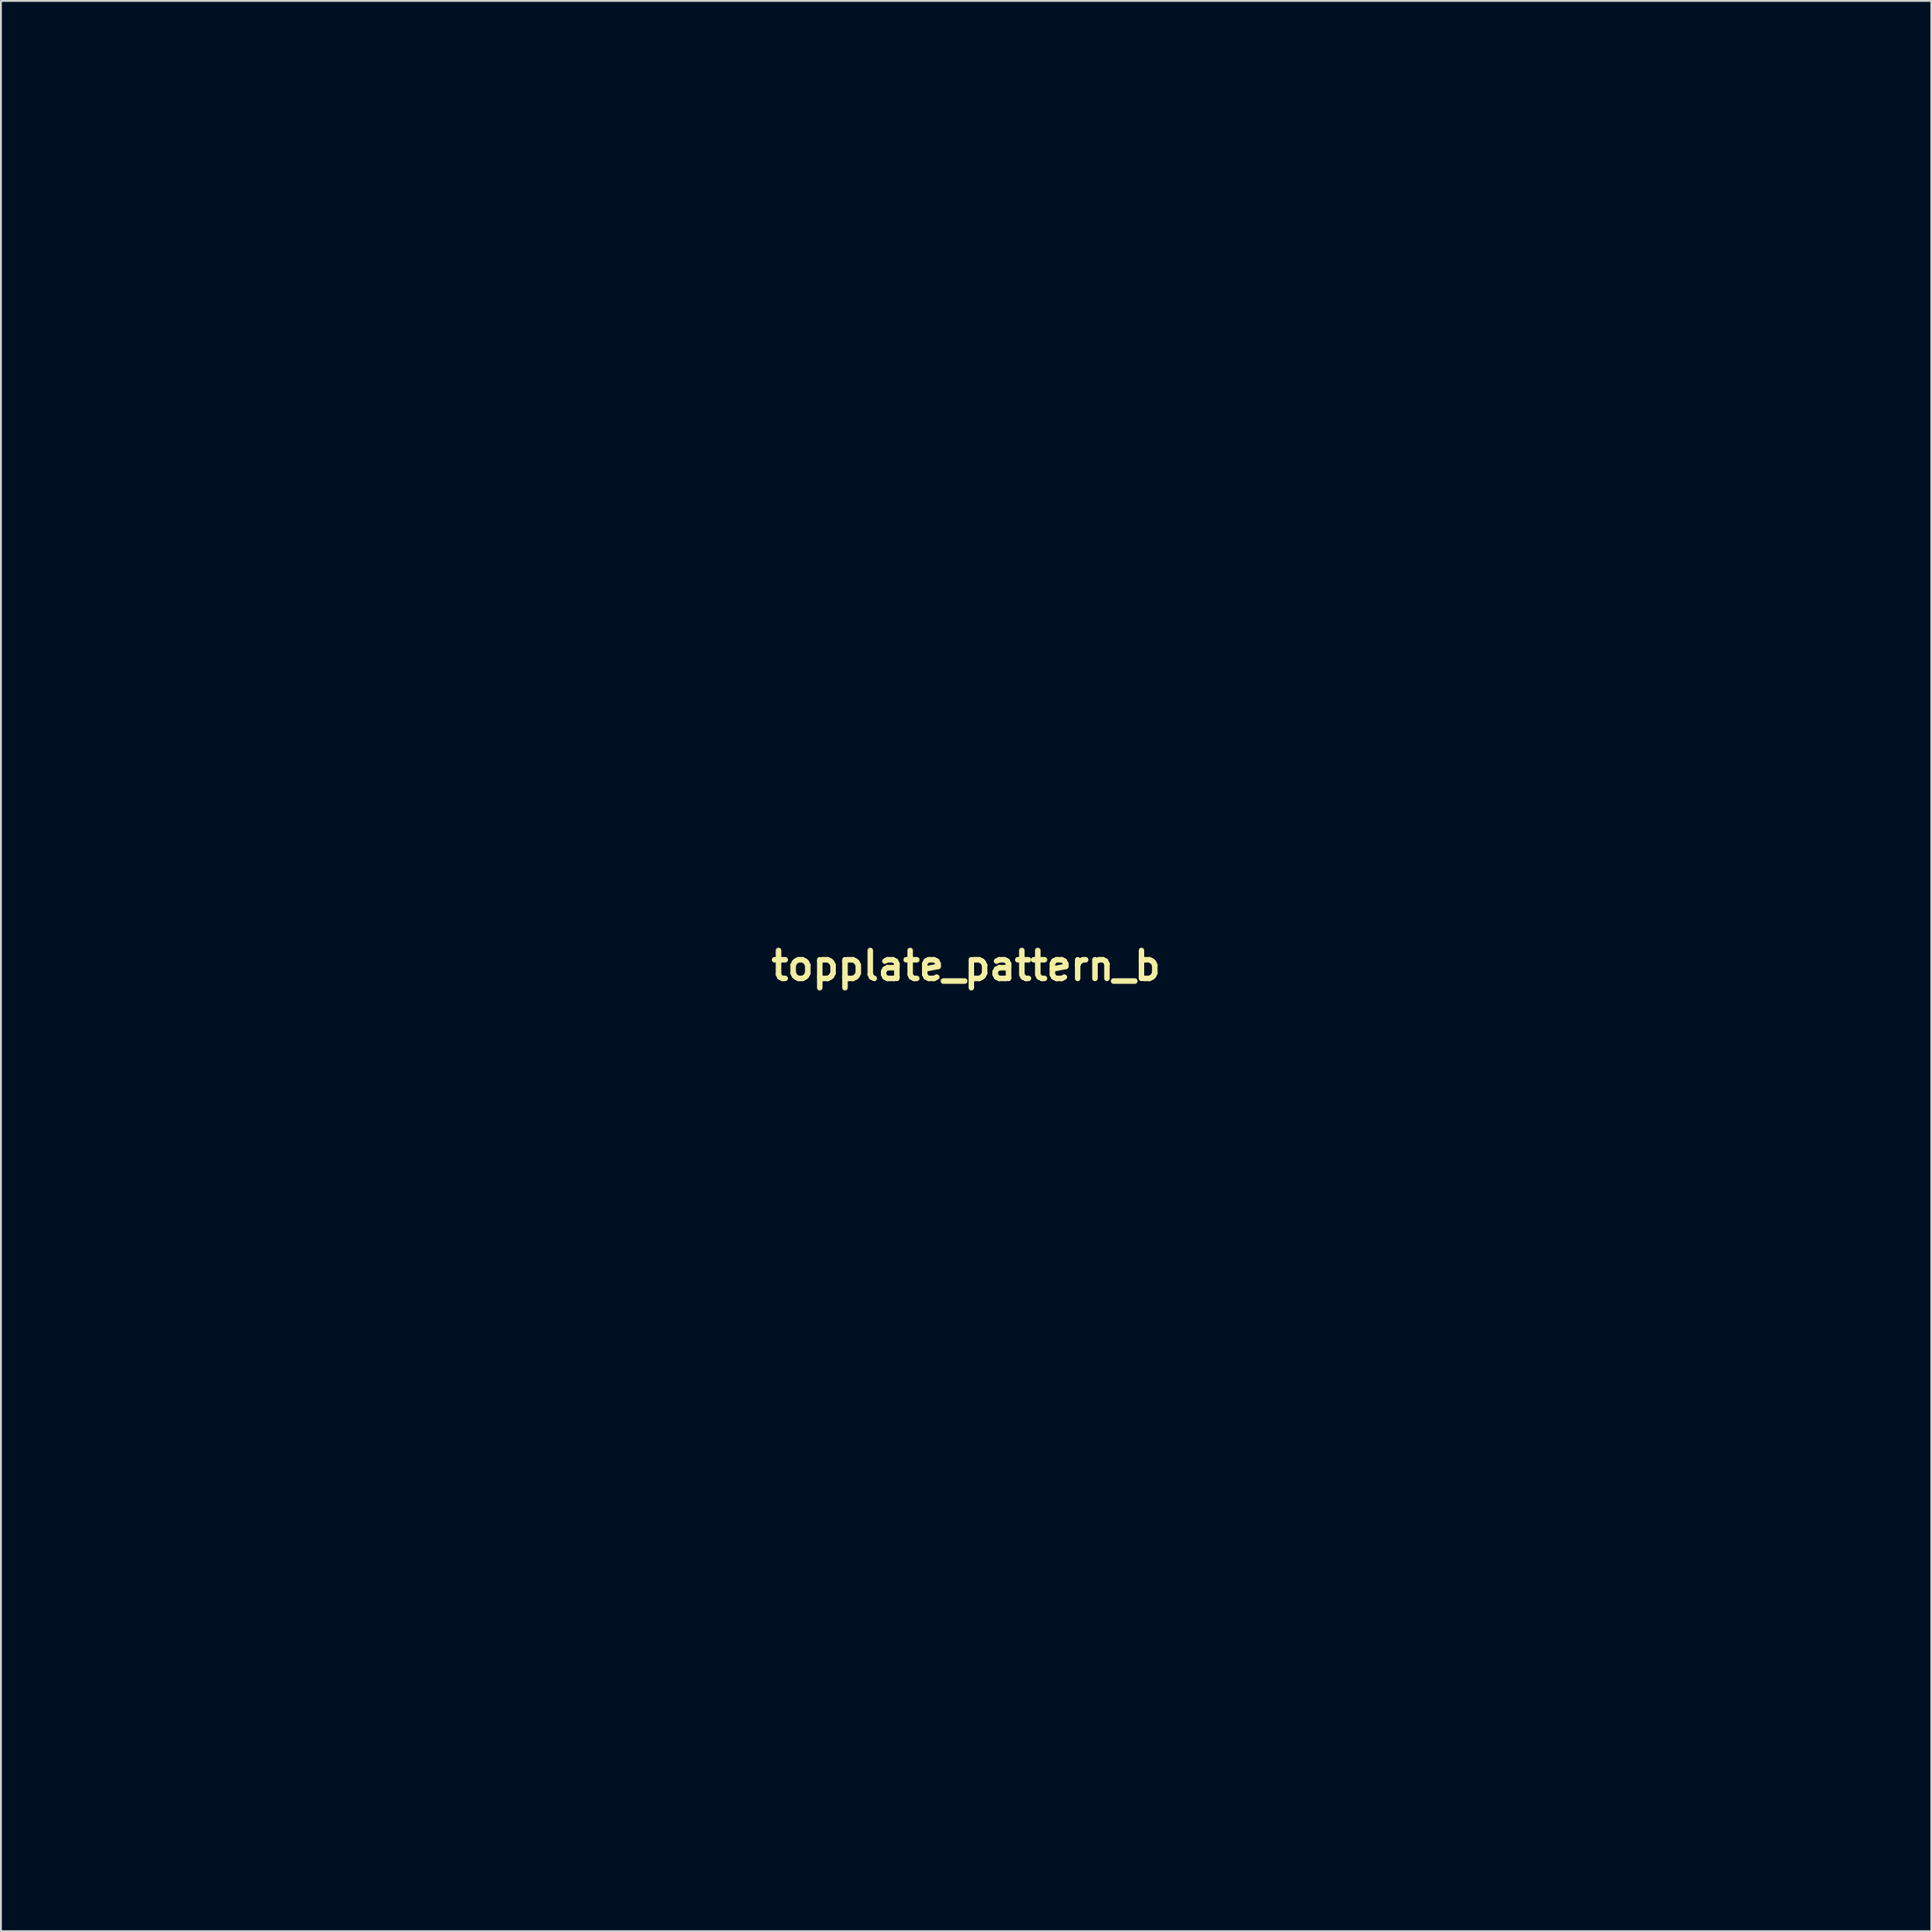
<source format=kicad_pcb>
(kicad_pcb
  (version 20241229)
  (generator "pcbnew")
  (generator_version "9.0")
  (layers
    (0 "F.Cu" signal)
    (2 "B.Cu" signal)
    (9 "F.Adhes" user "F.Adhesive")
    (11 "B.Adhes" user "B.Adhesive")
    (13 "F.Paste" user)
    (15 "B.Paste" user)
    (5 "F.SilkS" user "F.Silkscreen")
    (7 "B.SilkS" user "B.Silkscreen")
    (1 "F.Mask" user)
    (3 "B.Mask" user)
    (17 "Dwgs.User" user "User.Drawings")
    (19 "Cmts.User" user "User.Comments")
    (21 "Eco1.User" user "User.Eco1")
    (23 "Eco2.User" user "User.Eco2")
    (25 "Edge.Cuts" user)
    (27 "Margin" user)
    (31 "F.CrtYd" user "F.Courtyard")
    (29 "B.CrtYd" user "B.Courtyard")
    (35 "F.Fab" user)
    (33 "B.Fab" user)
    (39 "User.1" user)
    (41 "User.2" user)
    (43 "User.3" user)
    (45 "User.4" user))
  (footprint "topplate_pattern_b"
    (layer "F.Cu")
    (at 49.68 49.668)
    (property "Reference" "topplate_pattern_b" (at 0 0 0) (layer "F.SilkS") (effects (font (size 1.524 1.524) (thickness 0.3))))
    (attr board_only exclude_from_pos_files exclude_from_bom)
    (fp_poly (pts (xy -19.014 -6.281) (xy -19.011 -6.228) (xy -19.014 -6.207) (xy -19.02 -6.201) (xy -19.024 -6.23) (xy -19.024 -6.244) (xy -19.022 -6.283) (xy -19.016 -6.287)) (stroke (width 0) (type solid)) (fill yes) (layer "B.Mask"))
    (fp_poly (pts (xy -4.382 12.208) (xy -4.381 12.213) (xy -4.398 12.234) (xy -4.403 12.234) (xy -4.423 12.218) (xy -4.424 12.213) (xy -4.408 12.193) (xy -4.403 12.192)) (stroke (width 0) (type solid)) (fill yes) (layer "B.Mask"))
    (fp_poly (pts (xy 14.728 -22.221) (xy 14.74 -22.206) (xy 14.726 -22.173) (xy 14.684 -22.116) (xy 14.67 -22.098) (xy 14.627 -22.045) (xy 14.627 -22.135) (xy 14.628 -22.191) (xy 14.64 -22.217) (xy 14.67 -22.225) (xy 14.69 -22.225)) (stroke (width 0) (type solid)) (fill yes) (layer "B.Mask"))
    (fp_poly (pts (xy -6.933 -22.328) (xy -6.808 -22.326) (xy -6.802 -22.326) (xy -6.4 -22.32) (xy -6.438 -22.087) (xy -6.487 -21.786) (xy -6.529 -21.52) (xy -6.567 -21.283) (xy -6.6 -21.071) (xy -6.629 -20.876) (xy -6.656 -20.692) (xy -6.681 -20.514) (xy -6.705 -20.336) (xy -6.728 -20.151) (xy -6.753 -19.953) (xy -6.78 -19.737) (xy -6.795 -19.611) (xy -6.817 -19.436) (xy -6.845 -19.233) (xy -6.875 -19.015) (xy -6.908 -18.797) (xy -6.94 -18.591) (xy -6.957 -18.484) (xy -7.056 -17.886) (xy -7.825 -17.886) (xy -7.786 -18.06) (xy -7.704 -18.456) (xy -7.624 -18.889) (xy -7.548 -19.355) (xy -7.476 -19.849) (xy -7.408 -20.367) (xy -7.346 -20.903) (xy -7.29 -21.455) (xy -7.259 -21.802) (xy -7.246 -21.945) (xy -7.234 -22.074) (xy -7.224 -22.182) (xy -7.216 -22.263) (xy -7.21 -22.313) (xy -7.208 -22.326) (xy -7.186 -22.328) (xy -7.129 -22.328) (xy -7.042 -22.328)) (stroke (width 0) (type solid)) (fill yes) (layer "B.Mask"))
    (fp_poly (pts (xy -26.925 0.298) (xy -26.793 0.542) (xy -26.679 0.753) (xy -26.582 0.934) (xy -26.5 1.088) (xy -26.431 1.22) (xy -26.375 1.334) (xy -26.329 1.432) (xy -26.292 1.52) (xy -26.262 1.599) (xy -26.238 1.675) (xy -26.219 1.751) (xy -26.201 1.83) (xy -26.185 1.917) (xy -26.168 2.014) (xy -26.15 2.115) (xy -26.115 2.343) (xy -26.085 2.583) (xy -26.061 2.823) (xy -26.044 3.05) (xy -26.036 3.253) (xy -26.035 3.316) (xy -26.035 3.556) (xy -27.764 3.556) (xy -27.777 3.286) (xy -27.804 3.001) (xy -27.857 2.704) (xy -27.938 2.387) (xy -28.013 2.148) (xy -28.069 1.987) (xy -28.138 1.803) (xy -28.216 1.6) (xy -28.302 1.385) (xy -28.392 1.165) (xy -28.485 0.944) (xy -28.578 0.729) (xy -28.668 0.526) (xy -28.752 0.34) (xy -28.829 0.177) (xy -28.896 0.044) (xy -28.939 -0.035) (xy -29.079 -0.307) (xy -29.186 -0.578) (xy -29.259 -0.841) (xy -29.27 -0.889) (xy -27.568 -0.889)) (stroke (width 0) (type solid)) (fill yes) (layer "B.Mask"))
    (fp_poly (pts (xy -4.366 -6.526) (xy -4.095 -6.476) (xy -3.802 -6.41) (xy -3.502 -6.332) (xy -3.21 -6.245) (xy -2.94 -6.154) (xy -2.893 -6.136) (xy -2.428 -5.939) (xy -1.984 -5.706) (xy -1.562 -5.436) (xy -1.161 -5.13) (xy -0.781 -4.787) (xy -0.422 -4.407) (xy -0.339 -4.311) (xy -0.254 -4.208) (xy -0.173 -4.108) (xy -0.103 -4.017) (xy -0.05 -3.945) (xy -0.025 -3.908) (xy 0.043 -3.797) (xy 0.032 -2.146) (xy -0.212 -2.431) (xy -0.309 -2.544) (xy -0.424 -2.677) (xy -0.547 -2.817) (xy -0.665 -2.951) (xy -0.742 -3.038) (xy -0.853 -3.164) (xy -0.977 -3.306) (xy -1.102 -3.45) (xy -1.217 -3.585) (xy -1.285 -3.665) (xy -1.472 -3.879) (xy -1.658 -4.078) (xy -1.839 -4.255) (xy -2.007 -4.405) (xy -2.074 -4.459) (xy -2.34 -4.65) (xy -2.641 -4.837) (xy -2.969 -5.015) (xy -3.317 -5.181) (xy -3.679 -5.332) (xy -4.045 -5.463) (xy -4.249 -5.526) (xy -4.424 -5.577) (xy -4.424 -6.056) (xy -4.424 -6.535)) (stroke (width 0) (type solid)) (fill yes) (layer "B.Mask"))
    (fp_poly (pts (xy 47.485 45.318) (xy 47.845 45.318) (xy 48.165 45.319) (xy 48.447 45.319) (xy 48.693 45.32) (xy 48.905 45.321) (xy 49.086 45.323) (xy 49.236 45.325) (xy 49.36 45.327) (xy 49.457 45.33) (xy 49.532 45.333) (xy 49.585 45.337) (xy 49.619 45.341) (xy 49.636 45.345) (xy 49.689 45.372) (xy 49.689 49.689) (xy 47.514 49.694) (xy 45.34 49.7) (xy 45.328 49.652) (xy 45.327 49.624) (xy 45.325 49.557) (xy 45.324 49.454) (xy 45.323 49.317) (xy 45.322 49.15) (xy 45.322 48.954) (xy 45.321 48.734) (xy 45.321 48.492) (xy 45.321 48.232) (xy 45.321 47.955) (xy 45.322 47.665) (xy 45.322 47.496) (xy 45.324 47.142) (xy 45.325 46.828) (xy 45.326 46.552) (xy 45.327 46.312) (xy 45.329 46.104) (xy 45.331 45.928) (xy 45.333 45.78) (xy 45.335 45.658) (xy 45.338 45.561) (xy 45.341 45.485) (xy 45.344 45.428) (xy 45.348 45.389) (xy 45.353 45.365) (xy 45.357 45.353) (xy 45.357 45.353) (xy 45.365 45.347) (xy 45.378 45.342) (xy 45.4 45.337) (xy 45.433 45.334) (xy 45.479 45.33) (xy 45.541 45.327) (xy 45.621 45.325) (xy 45.722 45.323) (xy 45.847 45.322) (xy 45.997 45.32) (xy 46.175 45.319) (xy 46.384 45.319) (xy 46.626 45.318) (xy 46.904 45.318) (xy 47.22 45.318)) (stroke (width 0) (type solid)) (fill yes) (layer "B.Mask"))
    (fp_poly (pts (xy 15.252 10.849) (xy 15.399 10.869) (xy 15.465 10.88) (xy 15.808 10.952) (xy 16.118 11.047) (xy 16.399 11.166) (xy 16.656 11.311) (xy 16.879 11.473) (xy 16.954 11.54) (xy 17.048 11.636) (xy 17.157 11.755) (xy 17.276 11.891) (xy 17.4 12.038) (xy 17.524 12.19) (xy 17.642 12.342) (xy 17.729 12.46) (xy 17.812 12.577) (xy 17.906 12.717) (xy 18.001 12.865) (xy 18.089 13.005) (xy 18.122 13.06) (xy 18.234 13.238) (xy 18.342 13.39) (xy 18.456 13.523) (xy 18.581 13.644) (xy 18.726 13.76) (xy 18.897 13.879) (xy 19.059 13.981) (xy 19.07 13.991) (xy 19.079 14.012) (xy 19.084 14.047) (xy 19.088 14.101) (xy 19.09 14.182) (xy 19.09 14.292) (xy 19.088 14.438) (xy 19.088 14.485) (xy 19.082 14.968) (xy 18.859 14.834) (xy 18.442 14.563) (xy 18.059 14.27) (xy 17.706 13.951) (xy 17.379 13.603) (xy 17.074 13.222) (xy 16.864 12.922) (xy 16.799 12.822) (xy 16.737 12.725) (xy 16.686 12.641) (xy 16.652 12.581) (xy 16.647 12.571) (xy 16.574 12.463) (xy 16.471 12.369) (xy 16.332 12.284) (xy 16.294 12.265) (xy 16.161 12.212) (xy 16.02 12.176) (xy 15.861 12.157) (xy 15.676 12.153) (xy 15.58 12.155) (xy 15.373 12.17) (xy 15.191 12.196) (xy 15.018 12.238) (xy 14.836 12.298) (xy 14.816 12.305) (xy 14.626 12.377) (xy 14.626 10.93) (xy 14.804 10.884) (xy 14.918 10.858) (xy 15.023 10.843) (xy 15.131 10.84)) (stroke (width 0) (type solid)) (fill yes) (layer "B.Mask"))
    (fp_poly (pts (xy -19.973 -18.066) (xy -19.921 -18.048) (xy -19.845 -18.019) (xy -19.753 -17.983) (xy -19.749 -17.981) (xy -19.63 -17.935) (xy -19.489 -17.884) (xy -19.345 -17.834) (xy -19.237 -17.798) (xy -19.118 -17.759) (xy -19.038 -17.729) (xy -18.994 -17.707) (xy -18.983 -17.691) (xy -18.985 -17.688) (xy -18.992 -17.661) (xy -18.998 -17.593) (xy -19.002 -17.484) (xy -19.005 -17.334) (xy -19.007 -17.142) (xy -19.008 -16.929) (xy -19.008 -16.192) (xy -19.532 -16.196) (xy -19.681 -16.197) (xy -19.819 -16.199) (xy -19.941 -16.201) (xy -20.038 -16.203) (xy -20.105 -16.205) (xy -20.13 -16.207) (xy -20.313 -16.23) (xy -20.517 -16.263) (xy -20.721 -16.302) (xy -20.901 -16.342) (xy -21.022 -16.373) (xy -21.104 -16.395) (xy -21.15 -16.411) (xy -21.163 -16.42) (xy -21.144 -16.425) (xy -21.123 -16.425) (xy -21.08 -16.431) (xy -21.009 -16.447) (xy -20.923 -16.469) (xy -20.881 -16.481) (xy -20.787 -16.51) (xy -20.71 -16.542) (xy -20.637 -16.583) (xy -20.553 -16.641) (xy -20.497 -16.683) (xy -20.412 -16.751) (xy -20.334 -16.819) (xy -20.274 -16.879) (xy -20.245 -16.913) (xy -20.208 -16.962) (xy -20.18 -16.992) (xy -20.172 -16.997) (xy -20.153 -17.016) (xy -20.126 -17.067) (xy -20.093 -17.142) (xy -20.059 -17.232) (xy -20.026 -17.33) (xy -20.001 -17.413) (xy -19.981 -17.493) (xy -19.969 -17.558) (xy -19.964 -17.622) (xy -19.966 -17.697) (xy -19.974 -17.798) (xy -19.977 -17.826) (xy -19.985 -17.921) (xy -19.991 -18) (xy -19.994 -18.053) (xy -19.994 -18.071)) (stroke (width 0) (type solid)) (fill yes) (layer "B.Mask"))
    (fp_poly (pts (xy 47.856 -49.668) (xy 48.171 -49.667) (xy 48.448 -49.667) (xy 48.69 -49.666) (xy 48.899 -49.665) (xy 49.077 -49.664) (xy 49.226 -49.662) (xy 49.349 -49.66) (xy 49.448 -49.658) (xy 49.525 -49.655) (xy 49.583 -49.652) (xy 49.624 -49.648) (xy 49.65 -49.644) (xy 49.663 -49.639) (xy 49.664 -49.638) (xy 49.67 -49.631) (xy 49.675 -49.618) (xy 49.68 -49.597) (xy 49.683 -49.565) (xy 49.687 -49.52) (xy 49.689 -49.46) (xy 49.692 -49.381) (xy 49.693 -49.282) (xy 49.695 -49.16) (xy 49.695 -49.013) (xy 49.696 -48.838) (xy 49.696 -48.634) (xy 49.696 -48.396) (xy 49.696 -48.124) (xy 49.695 -47.814) (xy 49.694 -47.464) (xy 49.694 -47.458) (xy 49.689 -45.307) (xy 47.529 -45.302) (xy 47.161 -45.301) (xy 46.833 -45.301) (xy 46.543 -45.3) (xy 46.29 -45.301) (xy 46.072 -45.301) (xy 45.887 -45.302) (xy 45.732 -45.304) (xy 45.606 -45.306) (xy 45.507 -45.308) (xy 45.434 -45.311) (xy 45.383 -45.315) (xy 45.353 -45.318) (xy 45.343 -45.322) (xy 45.339 -45.347) (xy 45.335 -45.411) (xy 45.331 -45.511) (xy 45.328 -45.642) (xy 45.325 -45.802) (xy 45.322 -45.987) (xy 45.32 -46.193) (xy 45.319 -46.417) (xy 45.317 -46.656) (xy 45.316 -46.906) (xy 45.316 -47.163) (xy 45.316 -47.425) (xy 45.316 -47.686) (xy 45.317 -47.945) (xy 45.318 -48.198) (xy 45.319 -48.441) (xy 45.321 -48.67) (xy 45.323 -48.883) (xy 45.326 -49.076) (xy 45.329 -49.244) (xy 45.332 -49.386) (xy 45.336 -49.496) (xy 45.34 -49.573) (xy 45.344 -49.611) (xy 45.345 -49.615) (xy 45.372 -49.668) (xy 47.501 -49.668)) (stroke (width 0) (type solid)) (fill yes) (layer "B.Mask"))
    (fp_poly (pts (xy 3.8 -0.82) (xy 3.773 -0.702) (xy 3.736 -0.563) (xy 3.691 -0.409) (xy 3.64 -0.247) (xy 3.587 -0.083) (xy 3.532 0.075) (xy 3.478 0.221) (xy 3.427 0.349) (xy 3.382 0.451) (xy 3.346 0.523) (xy 3.333 0.541) (xy 3.3 0.577) (xy 3.258 0.603) (xy 3.194 0.624) (xy 3.124 0.64) (xy 2.908 0.706) (xy 2.722 0.801) (xy 2.566 0.926) (xy 2.44 1.08) (xy 2.345 1.262) (xy 2.297 1.41) (xy 2.275 1.523) (xy 2.259 1.66) (xy 2.251 1.808) (xy 2.25 1.951) (xy 2.257 2.074) (xy 2.263 2.117) (xy 2.289 2.325) (xy 2.302 2.561) (xy 2.3 2.813) (xy 2.286 3.07) (xy 2.258 3.32) (xy 2.241 3.424) (xy 2.218 3.556) (xy 0.23 3.556) (xy 0.147 3.625) (xy 0.099 3.67) (xy 0.069 3.71) (xy 0.064 3.725) (xy 0.052 3.772) (xy 0.044 3.786) (xy 0.029 3.79) (xy 0.008 3.759) (xy -0.021 3.691) (xy -0.056 3.566) (xy -0.076 3.418) (xy -0.078 3.387) (xy -0.088 3.207) (xy 0.086 2.963) (xy 0.197 2.813) (xy 0.297 2.693) (xy 0.393 2.593) (xy 0.484 2.514) (xy 0.518 2.473) (xy 0.529 2.438) (xy 0.542 2.409) (xy 0.578 2.354) (xy 0.632 2.28) (xy 0.7 2.192) (xy 0.753 2.125) (xy 0.872 1.979) (xy 0.966 1.863) (xy 1.037 1.773) (xy 1.087 1.706) (xy 1.119 1.66) (xy 1.136 1.632) (xy 1.138 1.618) (xy 1.137 1.617) (xy 1.142 1.595) (xy 1.167 1.551) (xy 1.192 1.516) (xy 1.239 1.443) (xy 1.278 1.362) (xy 1.288 1.333) (xy 1.419 0.93) (xy 1.56 0.561) (xy 1.714 0.219) (xy 1.885 -0.104) (xy 2.077 -0.414) (xy 2.281 -0.703) (xy 2.42 -0.889) (xy 3.813 -0.889)) (stroke (width 0) (type solid)) (fill yes) (layer "B.Mask"))
    (fp_poly (pts (xy -47.14 -49.668) (xy -46.825 -49.667) (xy -46.547 -49.667) (xy -46.305 -49.666) (xy -46.097 -49.665) (xy -45.919 -49.664) (xy -45.769 -49.662) (xy -45.646 -49.66) (xy -45.547 -49.658) (xy -45.47 -49.655) (xy -45.412 -49.652) (xy -45.372 -49.648) (xy -45.346 -49.644) (xy -45.333 -49.639) (xy -45.332 -49.639) (xy -45.326 -49.631) (xy -45.321 -49.618) (xy -45.316 -49.596) (xy -45.312 -49.564) (xy -45.309 -49.517) (xy -45.306 -49.456) (xy -45.304 -49.375) (xy -45.302 -49.274) (xy -45.3 -49.15) (xy -45.299 -49.001) (xy -45.298 -48.823) (xy -45.298 -48.615) (xy -45.297 -48.373) (xy -45.297 -48.097) (xy -45.297 -47.782) (xy -45.297 -47.494) (xy -45.297 -47.09) (xy -45.298 -46.728) (xy -45.299 -46.409) (xy -45.3 -46.131) (xy -45.302 -45.895) (xy -45.305 -45.701) (xy -45.307 -45.548) (xy -45.311 -45.437) (xy -45.314 -45.367) (xy -45.319 -45.338) (xy -45.319 -45.338) (xy -45.323 -45.331) (xy -45.33 -45.325) (xy -45.343 -45.32) (xy -45.364 -45.315) (xy -45.395 -45.312) (xy -45.439 -45.308) (xy -45.498 -45.305) (xy -45.575 -45.303) (xy -45.671 -45.301) (xy -45.791 -45.3) (xy -45.935 -45.299) (xy -46.107 -45.298) (xy -46.309 -45.297) (xy -46.543 -45.297) (xy -46.812 -45.297) (xy -47.119 -45.297) (xy -47.465 -45.297) (xy -47.485 -45.297) (xy -49.629 -45.297) (xy -49.654 -45.351) (xy -49.658 -45.381) (xy -49.662 -45.451) (xy -49.666 -45.555) (xy -49.669 -45.692) (xy -49.672 -45.856) (xy -49.674 -46.045) (xy -49.676 -46.255) (xy -49.678 -46.483) (xy -49.679 -46.724) (xy -49.68 -46.976) (xy -49.68 -47.235) (xy -49.68 -47.497) (xy -49.68 -47.758) (xy -49.679 -48.017) (xy -49.678 -48.268) (xy -49.676 -48.508) (xy -49.674 -48.733) (xy -49.672 -48.941) (xy -49.669 -49.128) (xy -49.666 -49.289) (xy -49.663 -49.422) (xy -49.659 -49.523) (xy -49.655 -49.589) (xy -49.651 -49.615) (xy -49.624 -49.668) (xy -47.495 -49.668)) (stroke (width 0) (type solid)) (fill yes) (layer "B.Mask"))
    (fp_poly (pts (xy -47.14 45.328) (xy -46.825 45.329) (xy -46.547 45.329) (xy -46.305 45.33) (xy -46.097 45.331) (xy -45.919 45.332) (xy -45.769 45.334) (xy -45.646 45.336) (xy -45.547 45.338) (xy -45.47 45.341) (xy -45.412 45.344) (xy -45.372 45.348) (xy -45.346 45.352) (xy -45.333 45.357) (xy -45.332 45.357) (xy -45.326 45.365) (xy -45.321 45.378) (xy -45.316 45.4) (xy -45.312 45.432) (xy -45.309 45.479) (xy -45.306 45.54) (xy -45.304 45.621) (xy -45.302 45.722) (xy -45.3 45.846) (xy -45.299 45.995) (xy -45.298 46.173) (xy -45.298 46.381) (xy -45.297 46.623) (xy -45.297 46.899) (xy -45.297 47.214) (xy -45.297 47.502) (xy -45.297 47.906) (xy -45.298 48.268) (xy -45.299 48.587) (xy -45.3 48.865) (xy -45.302 49.101) (xy -45.305 49.295) (xy -45.307 49.448) (xy -45.311 49.559) (xy -45.314 49.629) (xy -45.319 49.658) (xy -45.319 49.658) (xy -45.323 49.665) (xy -45.33 49.671) (xy -45.343 49.676) (xy -45.364 49.681) (xy -45.395 49.684) (xy -45.439 49.688) (xy -45.498 49.691) (xy -45.574 49.693) (xy -45.671 49.695) (xy -45.79 49.696) (xy -45.935 49.697) (xy -46.106 49.698) (xy -46.308 49.699) (xy -46.542 49.699) (xy -46.811 49.699) (xy -47.117 49.699) (xy -47.463 49.699) (xy -47.489 49.699) (xy -49.637 49.699) (xy -49.658 49.645) (xy -49.662 49.614) (xy -49.665 49.543) (xy -49.668 49.438) (xy -49.671 49.302) (xy -49.673 49.137) (xy -49.675 48.948) (xy -49.677 48.738) (xy -49.678 48.51) (xy -49.679 48.269) (xy -49.679 48.017) (xy -49.68 47.759) (xy -49.679 47.497) (xy -49.679 47.235) (xy -49.678 46.977) (xy -49.676 46.727) (xy -49.675 46.487) (xy -49.673 46.261) (xy -49.671 46.054) (xy -49.668 45.868) (xy -49.665 45.706) (xy -49.662 45.573) (xy -49.658 45.473) (xy -49.655 45.407) (xy -49.651 45.381) (xy -49.624 45.328) (xy -47.495 45.328)) (stroke (width 0) (type solid)) (fill yes) (layer "B.Mask"))
    (fp_poly (pts (xy -13.525 15.891) (xy -13.443 16.118) (xy -13.357 16.37) (xy -13.27 16.639) (xy -13.185 16.915) (xy -13.105 17.19) (xy -13.032 17.453) (xy -12.968 17.697) (xy -12.917 17.912) (xy -12.912 17.939) (xy -12.878 18.094) (xy -12.849 18.215) (xy -12.823 18.307) (xy -12.798 18.378) (xy -12.769 18.434) (xy -12.736 18.482) (xy -12.694 18.527) (xy -12.658 18.563) (xy -12.573 18.65) (xy -12.505 18.733) (xy -12.45 18.821) (xy -12.403 18.923) (xy -12.359 19.047) (xy -12.314 19.203) (xy -12.307 19.229) (xy -12.284 19.319) (xy -12.271 19.377) (xy -12.269 19.414) (xy -12.277 19.438) (xy -12.291 19.456) (xy -12.347 19.487) (xy -12.414 19.494) (xy -12.48 19.484) (xy -12.546 19.452) (xy -12.616 19.393) (xy -12.694 19.305) (xy -12.783 19.184) (xy -12.839 19.101) (xy -12.931 18.957) (xy -13.002 18.836) (xy -13.058 18.726) (xy -13.103 18.615) (xy -13.143 18.494) (xy -13.154 18.458) (xy -13.181 18.373) (xy -13.21 18.3) (xy -13.235 18.252) (xy -13.241 18.244) (xy -13.296 18.207) (xy -13.352 18.21) (xy -13.402 18.252) (xy -13.414 18.272) (xy -13.423 18.291) (xy -13.43 18.315) (xy -13.436 18.348) (xy -13.441 18.393) (xy -13.444 18.455) (xy -13.447 18.538) (xy -13.448 18.645) (xy -13.448 18.781) (xy -13.448 18.949) (xy -13.448 19.153) (xy -13.447 19.278) (xy -13.442 20.214) (xy -14.768 20.214) (xy -14.782 20.084) (xy -14.79 19.968) (xy -14.794 19.821) (xy -14.795 19.653) (xy -14.793 19.476) (xy -14.787 19.301) (xy -14.778 19.138) (xy -14.766 18.998) (xy -14.764 18.976) (xy -14.723 18.682) (xy -14.671 18.403) (xy -14.604 18.127) (xy -14.52 17.845) (xy -14.415 17.544) (xy -14.35 17.373) (xy -14.199 16.987) (xy -14.224 16.86) (xy -14.255 16.725) (xy -14.299 16.565) (xy -14.351 16.39) (xy -14.409 16.216) (xy -14.468 16.053) (xy -14.485 16.007) (xy -14.579 15.769) (xy -13.571 15.769)) (stroke (width 0) (type solid)) (fill yes) (layer "B.Mask"))
    (fp_poly (pts (xy 8.054 1.43) (xy 8.242 1.434) (xy 8.401 1.44) (xy 8.538 1.451) (xy 8.66 1.466) (xy 8.775 1.488) (xy 8.889 1.515) (xy 9.008 1.55) (xy 9.095 1.578) (xy 9.245 1.633) (xy 9.408 1.702) (xy 9.569 1.779) (xy 9.713 1.856) (xy 9.788 1.901) (xy 10.065 2.102) (xy 10.323 2.337) (xy 10.556 2.599) (xy 10.758 2.881) (xy 10.902 3.136) (xy 10.947 3.228) (xy 10.99 3.324) (xy 11.027 3.412) (xy 11.055 3.485) (xy 11.069 3.532) (xy 11.07 3.54) (xy 11.05 3.544) (xy 10.992 3.548) (xy 10.902 3.551) (xy 10.786 3.553) (xy 10.647 3.555) (xy 10.491 3.556) (xy 10.408 3.556) (xy 9.747 3.556) (xy 9.632 3.381) (xy 9.533 3.244) (xy 9.415 3.106) (xy 9.288 2.977) (xy 9.159 2.862) (xy 9.037 2.772) (xy 8.953 2.723) (xy 8.858 2.68) (xy 8.764 2.645) (xy 8.665 2.619) (xy 8.554 2.599) (xy 8.422 2.585) (xy 8.263 2.575) (xy 8.069 2.568) (xy 8.054 2.568) (xy 7.811 2.564) (xy 7.603 2.567) (xy 7.423 2.579) (xy 7.266 2.6) (xy 7.124 2.632) (xy 6.991 2.675) (xy 6.86 2.731) (xy 6.767 2.777) (xy 6.652 2.852) (xy 6.528 2.956) (xy 6.404 3.08) (xy 6.289 3.215) (xy 6.192 3.352) (xy 6.181 3.371) (xy 6.068 3.556) (xy 4.761 3.556) (xy 4.877 3.328) (xy 5.064 2.997) (xy 5.279 2.673) (xy 5.514 2.368) (xy 5.761 2.093) (xy 5.77 2.084) (xy 5.888 1.968) (xy 6.001 1.862) (xy 6.105 1.773) (xy 6.194 1.701) (xy 6.266 1.653) (xy 6.314 1.631) (xy 6.321 1.63) (xy 6.36 1.623) (xy 6.371 1.612) (xy 6.391 1.597) (xy 6.444 1.577) (xy 6.522 1.555) (xy 6.618 1.532) (xy 6.723 1.511) (xy 6.773 1.502) (xy 6.872 1.486) (xy 6.983 1.467) (xy 7.059 1.455) (xy 7.127 1.447) (xy 7.233 1.441) (xy 7.37 1.436) (xy 7.534 1.432) (xy 7.719 1.43) (xy 7.832 1.43)) (stroke (width 0) (type solid)) (fill yes) (layer "B.Mask"))
    (fp_poly (pts (xy 9.567 19.041) (xy 9.765 19.042) (xy 9.926 19.044) (xy 10.057 19.05) (xy 10.163 19.06) (xy 10.25 19.075) (xy 10.324 19.095) (xy 10.391 19.123) (xy 10.456 19.159) (xy 10.527 19.204) (xy 10.541 19.214) (xy 10.776 19.398) (xy 10.987 19.615) (xy 11.172 19.859) (xy 11.33 20.128) (xy 11.459 20.418) (xy 11.557 20.724) (xy 11.623 21.043) (xy 11.656 21.371) (xy 11.653 21.704) (xy 11.644 21.815) (xy 11.634 21.935) (xy 11.625 22.078) (xy 11.62 22.224) (xy 11.618 22.328) (xy 11.615 22.606) (xy 10.814 22.606) (xy 10.83 22.177) (xy 10.836 22.013) (xy 10.84 21.831) (xy 10.844 21.648) (xy 10.847 21.479) (xy 10.847 21.378) (xy 10.848 21.008) (xy 10.766 20.845) (xy 10.647 20.651) (xy 10.493 20.48) (xy 10.309 20.333) (xy 10.101 20.215) (xy 9.97 20.162) (xy 9.854 20.127) (xy 9.712 20.093) (xy 9.558 20.064) (xy 9.407 20.04) (xy 9.273 20.027) (xy 9.199 20.024) (xy 9.029 20.038) (xy 8.874 20.081) (xy 8.729 20.156) (xy 8.59 20.266) (xy 8.455 20.413) (xy 8.319 20.6) (xy 8.317 20.602) (xy 8.22 20.752) (xy 8.134 20.898) (xy 8.055 21.047) (xy 7.98 21.205) (xy 7.906 21.381) (xy 7.83 21.579) (xy 7.748 21.807) (xy 7.689 21.982) (xy 7.482 22.595) (xy 6.895 22.601) (xy 6.742 22.602) (xy 6.604 22.602) (xy 6.487 22.6) (xy 6.394 22.598) (xy 6.333 22.595) (xy 6.308 22.591) (xy 6.308 22.59) (xy 6.313 22.562) (xy 6.328 22.5) (xy 6.351 22.408) (xy 6.38 22.294) (xy 6.415 22.163) (xy 6.452 22.021) (xy 6.491 21.874) (xy 6.53 21.729) (xy 6.567 21.591) (xy 6.602 21.466) (xy 6.632 21.361) (xy 6.636 21.347) (xy 6.75 20.994) (xy 6.879 20.678) (xy 7.027 20.395) (xy 7.195 20.141) (xy 7.387 19.911) (xy 7.604 19.703) (xy 7.84 19.519) (xy 8.087 19.362) (xy 8.347 19.237) (xy 8.628 19.139) (xy 8.826 19.089) (xy 8.901 19.073) (xy 8.969 19.061) (xy 9.039 19.052) (xy 9.117 19.046) (xy 9.211 19.043) (xy 9.329 19.041) (xy 9.477 19.04)) (stroke (width 0) (type solid)) (fill yes) (layer "B.Mask"))
    (fp_poly (pts (xy -2.462 -22.302) (xy -2.458 -22.275) (xy -2.462 -22.226) (xy -2.463 -22.221) (xy -2.484 -22.176) (xy -2.536 -22.104) (xy -2.615 -22.006) (xy -2.723 -21.883) (xy -2.857 -21.737) (xy -3.015 -21.568) (xy -3.198 -21.379) (xy -3.404 -21.169) (xy -3.631 -20.941) (xy -3.878 -20.696) (xy -4.144 -20.436) (xy -4.416 -20.172) (xy -4.569 -20.021) (xy -4.695 -19.891) (xy -4.799 -19.774) (xy -4.884 -19.665) (xy -4.958 -19.558) (xy -5.024 -19.445) (xy -5.08 -19.336) (xy -5.169 -19.132) (xy -5.225 -18.945) (xy -5.248 -18.769) (xy -5.24 -18.595) (xy -5.201 -18.417) (xy -5.185 -18.365) (xy -5.146 -18.261) (xy -5.102 -18.153) (xy -5.059 -18.06) (xy -5.047 -18.039) (xy -5.011 -17.972) (xy -4.985 -17.921) (xy -4.974 -17.896) (xy -4.974 -17.896) (xy -4.994 -17.893) (xy -5.051 -17.891) (xy -5.138 -17.889) (xy -5.25 -17.887) (xy -5.381 -17.887) (xy -5.466 -17.886) (xy -5.958 -17.887) (xy -6.059 -18.004) (xy -6.124 -18.087) (xy -6.156 -18.144) (xy -6.154 -18.175) (xy -6.119 -18.18) (xy -6.05 -18.16) (xy -5.947 -18.115) (xy -5.87 -18.075) (xy -5.77 -18.025) (xy -5.697 -17.993) (xy -5.641 -17.978) (xy -5.593 -17.974) (xy -5.581 -17.975) (xy -5.496 -17.981) (xy -5.493 -18.383) (xy -5.491 -18.528) (xy -5.489 -18.64) (xy -5.484 -18.727) (xy -5.476 -18.799) (xy -5.464 -18.864) (xy -5.448 -18.932) (xy -5.433 -18.986) (xy -5.398 -19.091) (xy -5.351 -19.215) (xy -5.298 -19.341) (xy -5.259 -19.426) (xy -5.218 -19.508) (xy -5.178 -19.579) (xy -5.135 -19.648) (xy -5.084 -19.719) (xy -5.02 -19.801) (xy -4.938 -19.901) (xy -4.833 -20.023) (xy -4.819 -20.04) (xy -4.701 -20.177) (xy -4.568 -20.335) (xy -4.428 -20.5) (xy -4.294 -20.66) (xy -4.176 -20.802) (xy -4.172 -20.807) (xy -4.073 -20.928) (xy -3.974 -21.047) (xy -3.881 -21.159) (xy -3.802 -21.256) (xy -3.74 -21.33) (xy -3.721 -21.353) (xy -3.586 -21.503) (xy -3.426 -21.659) (xy -3.254 -21.812) (xy -3.08 -21.95) (xy -3.035 -21.983) (xy -2.949 -22.041) (xy -2.853 -22.102) (xy -2.755 -22.162) (xy -2.66 -22.215) (xy -2.577 -22.259) (xy -2.511 -22.29) (xy -2.471 -22.303)) (stroke (width 0) (type solid)) (fill yes) (layer "B.Mask"))
    (fp_poly (pts (xy 14.669 15.251) (xy 14.734 15.319) (xy 14.814 15.415) (xy 14.904 15.533) (xy 14.996 15.664) (xy 15.086 15.801) (xy 15.093 15.812) (xy 15.169 15.929) (xy 15.259 16.062) (xy 15.352 16.194) (xy 15.424 16.293) (xy 15.494 16.389) (xy 15.558 16.484) (xy 15.609 16.567) (xy 15.641 16.629) (xy 15.644 16.637) (xy 15.683 16.769) (xy 15.714 16.933) (xy 15.736 17.12) (xy 15.749 17.322) (xy 15.753 17.529) (xy 15.746 17.731) (xy 15.73 17.921) (xy 15.718 18.002) (xy 15.632 18.397) (xy 15.506 18.787) (xy 15.339 19.167) (xy 15.308 19.229) (xy 15.239 19.351) (xy 15.163 19.455) (xy 15.068 19.56) (xy 15.049 19.578) (xy 14.881 19.762) (xy 14.746 19.952) (xy 14.636 20.159) (xy 14.544 20.395) (xy 14.543 20.4) (xy 14.508 20.511) (xy 14.479 20.616) (xy 14.457 20.72) (xy 14.439 20.83) (xy 14.427 20.952) (xy 14.419 21.091) (xy 14.414 21.255) (xy 14.412 21.448) (xy 14.412 21.677) (xy 14.412 21.696) (xy 14.413 21.868) (xy 14.412 22.031) (xy 14.411 22.18) (xy 14.409 22.308) (xy 14.407 22.408) (xy 14.404 22.475) (xy 14.402 22.495) (xy 14.388 22.606) (xy 13.638 22.606) (xy 13.624 22.294) (xy 13.617 22.163) (xy 13.606 22.027) (xy 13.594 21.902) (xy 13.581 21.803) (xy 13.579 21.791) (xy 13.56 21.647) (xy 13.546 21.473) (xy 13.536 21.282) (xy 13.53 21.085) (xy 13.53 20.895) (xy 13.536 20.723) (xy 13.546 20.594) (xy 13.59 20.309) (xy 13.657 20.026) (xy 13.744 19.761) (xy 13.779 19.674) (xy 13.844 19.527) (xy 13.923 19.355) (xy 14.013 19.166) (xy 14.107 18.974) (xy 14.201 18.786) (xy 14.289 18.615) (xy 14.367 18.47) (xy 14.38 18.447) (xy 14.434 18.348) (xy 14.481 18.257) (xy 14.515 18.183) (xy 14.534 18.135) (xy 14.536 18.129) (xy 14.548 18.081) (xy 14.561 18.055) (xy 14.574 18.042) (xy 14.585 18.025) (xy 14.595 17.999) (xy 14.603 17.963) (xy 14.609 17.912) (xy 14.615 17.845) (xy 14.619 17.757) (xy 14.622 17.646) (xy 14.624 17.509) (xy 14.625 17.342) (xy 14.626 17.143) (xy 14.627 16.909) (xy 14.627 16.636) (xy 14.626 16.568) (xy 14.626 15.212)) (stroke (width 0) (type solid)) (fill yes) (layer "B.Mask"))
    (fp_poly (pts (xy 24.849 1.531) (xy 24.759 1.586) (xy 24.644 1.651) (xy 24.512 1.719) (xy 24.374 1.787) (xy 24.238 1.851) (xy 24.116 1.904) (xy 24.015 1.943) (xy 23.974 1.957) (xy 23.89 1.979) (xy 23.815 1.995) (xy 23.737 2.004) (xy 23.644 2.009) (xy 23.524 2.011) (xy 23.483 2.011) (xy 23.232 2.001) (xy 23.003 1.972) (xy 22.8 1.924) (xy 22.629 1.859) (xy 22.508 1.789) (xy 22.382 1.706) (xy 22.271 1.65) (xy 22.161 1.615) (xy 22.036 1.596) (xy 21.971 1.592) (xy 21.78 1.595) (xy 21.613 1.625) (xy 21.461 1.684) (xy 21.442 1.694) (xy 21.377 1.723) (xy 21.316 1.744) (xy 21.31 1.745) (xy 21.264 1.77) (xy 21.219 1.827) (xy 21.175 1.917) (xy 21.129 2.045) (xy 21.084 2.204) (xy 21.02 2.491) (xy 20.978 2.791) (xy 20.958 3.11) (xy 20.959 3.454) (xy 20.979 3.811) (xy 20.991 4.042) (xy 20.988 4.237) (xy 20.968 4.398) (xy 20.93 4.528) (xy 20.876 4.631) (xy 20.843 4.673) (xy 20.822 4.693) (xy 20.796 4.706) (xy 20.758 4.714) (xy 20.699 4.718) (xy 20.611 4.72) (xy 20.54 4.72) (xy 20.425 4.719) (xy 20.344 4.715) (xy 20.292 4.708) (xy 20.26 4.696) (xy 20.247 4.687) (xy 20.206 4.616) (xy 20.195 4.517) (xy 20.199 4.462) (xy 20.22 4.389) (xy 20.268 4.319) (xy 20.296 4.289) (xy 20.354 4.22) (xy 20.405 4.143) (xy 20.423 4.106) (xy 20.438 4.061) (xy 20.459 3.981) (xy 20.484 3.871) (xy 20.513 3.738) (xy 20.544 3.589) (xy 20.576 3.428) (xy 20.584 3.387) (xy 20.641 3.09) (xy 20.694 2.826) (xy 20.743 2.595) (xy 20.787 2.401) (xy 20.826 2.244) (xy 20.858 2.133) (xy 20.875 2.073) (xy 20.879 2.043) (xy 20.867 2.033) (xy 20.852 2.032) (xy 20.798 2.039) (xy 20.714 2.059) (xy 20.608 2.089) (xy 20.489 2.126) (xy 20.366 2.169) (xy 20.316 2.187) (xy 20.19 2.23) (xy 20.086 2.256) (xy 20.006 2.265) (xy 19.956 2.256) (xy 19.939 2.232) (xy 19.955 2.184) (xy 19.998 2.115) (xy 20.065 2.03) (xy 20.151 1.932) (xy 20.251 1.829) (xy 20.36 1.724) (xy 20.475 1.623) (xy 20.499 1.603) (xy 20.646 1.482) (xy 24.923 1.482)) (stroke (width 0) (type solid)) (fill yes) (layer "B.Mask"))
    (fp_poly (pts (xy -4.204 2.796) (xy -3.895 2.894) (xy -3.611 3.013) (xy -3.479 3.079) (xy -3.393 3.129) (xy -3.278 3.203) (xy -3.137 3.299) (xy -2.973 3.415) (xy -2.791 3.547) (xy -2.593 3.694) (xy -2.383 3.852) (xy -2.165 4.02) (xy -2.09 4.078) (xy -1.931 4.201) (xy -1.798 4.299) (xy -1.684 4.377) (xy -1.585 4.436) (xy -1.495 4.481) (xy -1.406 4.516) (xy -1.314 4.542) (xy -1.239 4.559) (xy -1.112 4.578) (xy -0.955 4.59) (xy -0.781 4.594) (xy -0.6 4.592) (xy -0.426 4.583) (xy -0.27 4.568) (xy -0.169 4.551) (xy -0.083 4.533) (xy -0.014 4.519) (xy 0.028 4.51) (xy 0.037 4.509) (xy 0.038 4.529) (xy 0.04 4.587) (xy 0.041 4.676) (xy 0.041 4.793) (xy 0.042 4.932) (xy 0.042 5.087) (xy 0.042 5.165) (xy 0.042 5.821) (xy -0.147 5.821) (xy -0.263 5.817) (xy -0.375 5.807) (xy -0.472 5.792) (xy -0.546 5.774) (xy -0.582 5.757) (xy -0.615 5.742) (xy -0.682 5.719) (xy -0.776 5.691) (xy -0.889 5.659) (xy -1.014 5.626) (xy -1.143 5.592) (xy -1.27 5.562) (xy -1.387 5.535) (xy -1.474 5.517) (xy -1.629 5.488) (xy -1.762 5.464) (xy -1.881 5.446) (xy -1.992 5.432) (xy -2.104 5.422) (xy -2.225 5.416) (xy -2.361 5.412) (xy -2.52 5.41) (xy -2.711 5.41) (xy -2.815 5.41) (xy -3.013 5.411) (xy -3.174 5.412) (xy -3.303 5.415) (xy -3.405 5.418) (xy -3.485 5.423) (xy -3.548 5.43) (xy -3.6 5.438) (xy -3.641 5.448) (xy -3.851 5.519) (xy -4.031 5.617) (xy -4.185 5.744) (xy -4.319 5.905) (xy -4.321 5.907) (xy -4.365 5.968) (xy -4.398 6.013) (xy -4.416 6.032) (xy -4.416 6.032) (xy -4.418 6.012) (xy -4.42 5.956) (xy -4.422 5.869) (xy -4.423 5.758) (xy -4.424 5.628) (xy -4.424 5.558) (xy -4.424 5.083) (xy -4.239 4.977) (xy -4.055 4.877) (xy -3.877 4.793) (xy -3.689 4.717) (xy -3.521 4.658) (xy -3.284 4.578) (xy -3.425 4.439) (xy -3.66 4.237) (xy -3.927 4.058) (xy -4.138 3.945) (xy -4.23 3.901) (xy -4.31 3.865) (xy -4.368 3.841) (xy -4.397 3.831) (xy -4.397 3.831) (xy -4.406 3.822) (xy -4.412 3.791) (xy -4.417 3.736) (xy -4.421 3.651) (xy -4.423 3.534) (xy -4.424 3.38) (xy -4.424 3.284) (xy -4.424 2.736)) (stroke (width 0) (type solid)) (fill yes) (layer "B.Mask"))
    (fp_poly (pts (xy 0.032 -13.272) (xy 0.034 -13.213) (xy 0.036 -13.119) (xy 0.038 -12.994) (xy 0.039 -12.841) (xy 0.041 -12.664) (xy 0.042 -12.467) (xy 0.042 -12.254) (xy 0.042 -12.056) (xy 0.042 -10.82) (xy -0.023 -10.765) (xy -0.076 -10.729) (xy -0.137 -10.713) (xy -0.198 -10.71) (xy -0.268 -10.714) (xy -0.324 -10.729) (xy -0.384 -10.762) (xy -0.418 -10.785) (xy -0.428 -10.805) (xy -0.45 -10.858) (xy -0.481 -10.937) (xy -0.521 -11.035) (xy -0.552 -11.115) (xy -0.599 -11.236) (xy -0.633 -11.327) (xy -0.655 -11.394) (xy -0.667 -11.446) (xy -0.671 -11.491) (xy -0.67 -11.538) (xy -0.666 -11.578) (xy -0.66 -11.646) (xy -0.659 -11.692) (xy -0.662 -11.705) (xy -0.694 -11.664) (xy -0.742 -11.598) (xy -0.797 -11.517) (xy -0.852 -11.431) (xy -0.901 -11.353) (xy -0.937 -11.292) (xy -0.942 -11.281) (xy -0.989 -11.163) (xy -1.029 -11.011) (xy -1.061 -10.83) (xy -1.083 -10.628) (xy -1.094 -10.467) (xy -1.094 -10.153) (xy -1.065 -9.86) (xy -1.005 -9.579) (xy -0.912 -9.299) (xy -0.866 -9.187) (xy -0.759 -8.936) (xy -0.359 -8.559) (xy 0.042 -8.181) (xy 0.042 -6.895) (xy 0.042 -6.666) (xy 0.042 -6.45) (xy 0.041 -6.251) (xy 0.041 -6.072) (xy 0.04 -5.917) (xy 0.04 -5.79) (xy 0.039 -5.693) (xy 0.038 -5.632) (xy 0.037 -5.609) (xy 0.037 -5.609) (xy 0.022 -5.624) (xy -0.017 -5.667) (xy -0.075 -5.733) (xy -0.15 -5.818) (xy -0.237 -5.917) (xy -0.297 -5.985) (xy -0.41 -6.113) (xy -0.534 -6.249) (xy -0.66 -6.385) (xy -0.779 -6.509) (xy -0.88 -6.612) (xy -0.893 -6.625) (xy -1.037 -6.771) (xy -1.155 -6.9) (xy -1.255 -7.02) (xy -1.343 -7.142) (xy -1.428 -7.275) (xy -1.489 -7.38) (xy -1.59 -7.569) (xy -1.682 -7.765) (xy -1.767 -7.974) (xy -1.847 -8.201) (xy -1.924 -8.45) (xy -1.999 -8.727) (xy -2.073 -9.037) (xy -2.138 -9.33) (xy -2.181 -9.539) (xy -2.214 -9.715) (xy -2.237 -9.864) (xy -2.253 -9.994) (xy -2.26 -10.113) (xy -2.261 -10.227) (xy -2.258 -10.329) (xy -2.223 -10.652) (xy -2.155 -10.963) (xy -2.051 -11.267) (xy -1.91 -11.57) (xy -1.731 -11.877) (xy -1.681 -11.953) (xy -1.579 -12.1) (xy -1.488 -12.219) (xy -1.401 -12.319) (xy -1.31 -12.409) (xy -1.204 -12.499) (xy -1.123 -12.562) (xy -1.023 -12.642) (xy -0.911 -12.741) (xy -0.801 -12.843) (xy -0.728 -12.917) (xy -0.535 -13.119) (xy -0.259 -13.206) (xy -0.157 -13.237) (xy -0.071 -13.264) (xy -0.007 -13.283) (xy 0.027 -13.292) (xy 0.03 -13.293)) (stroke (width 0) (type solid)) (fill yes) (layer "B.Mask"))
    (fp_poly (pts (xy -26.831 -19.939) (xy -26.523 -19.938) (xy -26.241 -19.937) (xy -25.987 -19.936) (xy -25.763 -19.934) (xy -25.57 -19.932) (xy -25.411 -19.93) (xy -25.288 -19.927) (xy -25.202 -19.925) (xy -25.155 -19.922) (xy -25.146 -19.919) (xy -25.128 -19.896) (xy -25.078 -19.858) (xy -25.002 -19.81) (xy -24.907 -19.756) (xy -24.799 -19.698) (xy -24.705 -19.651) (xy -24.298 -19.474) (xy -23.868 -19.322) (xy -23.412 -19.195) (xy -22.924 -19.091) (xy -22.759 -19.062) (xy -22.609 -19.036) (xy -22.44 -19.002) (xy -22.271 -18.967) (xy -22.122 -18.932) (xy -22.117 -18.931) (xy -21.8 -18.853) (xy -21.884 -18.805) (xy -22.051 -18.689) (xy -22.197 -18.541) (xy -22.321 -18.371) (xy -22.418 -18.184) (xy -22.484 -17.987) (xy -22.515 -17.789) (xy -22.515 -17.656) (xy -22.497 -17.51) (xy -22.466 -17.365) (xy -22.425 -17.229) (xy -22.377 -17.111) (xy -22.325 -17.021) (xy -22.284 -16.975) (xy -22.255 -16.947) (xy -22.252 -16.934) (xy -22.252 -16.934) (xy -22.277 -16.944) (xy -22.335 -16.975) (xy -22.422 -17.023) (xy -22.537 -17.088) (xy -22.674 -17.167) (xy -22.832 -17.259) (xy -23.007 -17.362) (xy -23.196 -17.473) (xy -23.396 -17.592) (xy -23.603 -17.715) (xy -23.815 -17.842) (xy -23.918 -17.904) (xy -24.162 -18.051) (xy -24.374 -18.178) (xy -24.557 -18.286) (xy -24.717 -18.379) (xy -24.857 -18.459) (xy -24.98 -18.527) (xy -25.091 -18.586) (xy -25.195 -18.639) (xy -25.294 -18.687) (xy -25.393 -18.733) (xy -25.411 -18.741) (xy -25.554 -18.802) (xy -25.713 -18.867) (xy -25.878 -18.931) (xy -26.04 -18.99) (xy -26.189 -19.042) (xy -26.317 -19.082) (xy -26.395 -19.103) (xy -26.488 -19.12) (xy -26.613 -19.133) (xy -26.761 -19.143) (xy -26.921 -19.15) (xy -27.085 -19.153) (xy -27.242 -19.151) (xy -27.383 -19.145) (xy -27.487 -19.136) (xy -27.715 -19.099) (xy -27.947 -19.045) (xy -28.176 -18.978) (xy -28.393 -18.9) (xy -28.59 -18.814) (xy -28.76 -18.723) (xy -28.867 -18.651) (xy -29.17 -18.394) (xy -29.453 -18.101) (xy -29.713 -17.775) (xy -29.812 -17.632) (xy -29.883 -17.518) (xy -29.963 -17.375) (xy -30.048 -17.213) (xy -30.133 -17.041) (xy -30.212 -16.871) (xy -30.281 -16.712) (xy -30.323 -16.605) (xy -30.402 -16.394) (xy -30.412 -15.944) (xy -30.422 -15.494) (xy -31.856 -15.494) (xy -31.855 -15.764) (xy -31.835 -16.149) (xy -31.777 -16.542) (xy -31.683 -16.938) (xy -31.556 -17.33) (xy -31.397 -17.713) (xy -31.21 -18.081) (xy -30.995 -18.429) (xy -30.756 -18.75) (xy -30.684 -18.835) (xy -30.603 -18.925) (xy -30.519 -19.01) (xy -30.428 -19.094) (xy -30.325 -19.18) (xy -30.206 -19.27) (xy -30.068 -19.369) (xy -29.906 -19.478) (xy -29.717 -19.601) (xy -29.495 -19.742) (xy -29.444 -19.774) (xy -29.18 -19.939) (xy -27.163 -19.939)) (stroke (width 0) (type solid)) (fill yes) (layer "B.Mask"))
    (fp_poly (pts (xy 19.092 20.029) (xy 19.098 20.173) (xy 19.105 20.279) (xy 19.114 20.353) (xy 19.125 20.401) (xy 19.134 20.421) (xy 19.196 20.479) (xy 19.288 20.516) (xy 19.414 20.531) (xy 19.451 20.532) (xy 19.602 20.532) (xy 19.384 20.706) (xy 19.059 20.99) (xy 18.749 21.307) (xy 18.459 21.651) (xy 18.199 22.012) (xy 18.187 22.03) (xy 18.029 22.27) (xy 18.029 22.507) (xy 18.041 22.737) (xy 18.076 22.935) (xy 18.137 23.105) (xy 18.223 23.25) (xy 18.301 23.34) (xy 18.369 23.402) (xy 18.44 23.452) (xy 18.521 23.494) (xy 18.619 23.53) (xy 18.739 23.561) (xy 18.888 23.59) (xy 19.073 23.619) (xy 19.092 23.622) (xy 19.752 23.725) (xy 20.412 23.842) (xy 21.061 23.97) (xy 21.683 24.106) (xy 21.802 24.134) (xy 22.094 24.204) (xy 22.35 24.268) (xy 22.572 24.328) (xy 22.765 24.384) (xy 22.935 24.44) (xy 23.084 24.497) (xy 23.217 24.555) (xy 23.339 24.617) (xy 23.453 24.684) (xy 23.565 24.759) (xy 23.665 24.831) (xy 23.736 24.886) (xy 23.792 24.93) (xy 23.827 24.96) (xy 23.834 24.968) (xy 23.813 24.969) (xy 23.755 24.971) (xy 23.664 24.972) (xy 23.544 24.974) (xy 23.401 24.975) (xy 23.238 24.975) (xy 23.06 24.976) (xy 22.873 24.976) (xy 22.68 24.976) (xy 22.487 24.976) (xy 22.297 24.976) (xy 22.115 24.976) (xy 21.947 24.975) (xy 21.797 24.974) (xy 21.668 24.973) (xy 21.567 24.972) (xy 21.497 24.97) (xy 21.464 24.969) (xy 21.461 24.968) (xy 21.433 24.96) (xy 21.368 24.952) (xy 21.268 24.943) (xy 21.138 24.934) (xy 20.984 24.925) (xy 20.808 24.916) (xy 20.614 24.908) (xy 20.408 24.9) (xy 20.194 24.894) (xy 20.14 24.892) (xy 19.928 24.886) (xy 19.753 24.88) (xy 19.609 24.874) (xy 19.491 24.867) (xy 19.395 24.86) (xy 19.313 24.851) (xy 19.242 24.84) (xy 19.189 24.83) (xy 19.014 24.789) (xy 18.842 24.741) (xy 18.686 24.688) (xy 18.558 24.634) (xy 18.539 24.625) (xy 18.446 24.576) (xy 18.326 24.506) (xy 18.186 24.422) (xy 18.032 24.326) (xy 17.871 24.223) (xy 17.712 24.119) (xy 17.623 24.059) (xy 17.307 23.845) (xy 17.229 23.675) (xy 17.118 23.407) (xy 17.041 23.15) (xy 16.995 22.895) (xy 16.979 22.631) (xy 16.981 22.496) (xy 16.987 22.368) (xy 16.996 22.269) (xy 17.009 22.185) (xy 17.03 22.102) (xy 17.058 22.013) (xy 17.093 21.913) (xy 17.133 21.814) (xy 17.169 21.733) (xy 17.182 21.707) (xy 17.222 21.643) (xy 17.259 21.607) (xy 17.307 21.587) (xy 17.325 21.583) (xy 17.385 21.559) (xy 17.466 21.512) (xy 17.558 21.449) (xy 17.653 21.378) (xy 17.741 21.305) (xy 17.813 21.236) (xy 17.855 21.187) (xy 17.892 21.138) (xy 17.92 21.108) (xy 17.928 21.103) (xy 17.947 21.084) (xy 17.974 21.034) (xy 18.005 20.962) (xy 18.038 20.878) (xy 18.068 20.789) (xy 18.088 20.716) (xy 18.124 20.572) (xy 18.444 20.269) (xy 18.553 20.166) (xy 18.663 20.063) (xy 18.767 19.967) (xy 18.856 19.886) (xy 18.922 19.826) (xy 18.923 19.825) (xy 19.082 19.686)) (stroke (width 0) (type solid)) (fill yes) (layer "B.Mask"))
    (fp_poly (pts (xy -13.376 -22.026) (xy -13.284 -21.825) (xy -13.211 -21.649) (xy -13.155 -21.485) (xy -13.112 -21.325) (xy -13.087 -21.213) (xy -13.06 -21.095) (xy -13.028 -21.014) (xy -12.989 -20.963) (xy -12.939 -20.939) (xy -12.891 -20.934) (xy -12.826 -20.943) (xy -12.759 -20.975) (xy -12.707 -21.012) (xy -12.592 -21.087) (xy -12.45 -21.16) (xy -12.297 -21.224) (xy -12.171 -21.265) (xy -12.106 -21.28) (xy -12.033 -21.291) (xy -11.943 -21.298) (xy -11.829 -21.302) (xy -11.682 -21.304) (xy -11.663 -21.304) (xy -11.485 -21.302) (xy -11.338 -21.295) (xy -11.214 -21.28) (xy -11.101 -21.258) (xy -10.989 -21.225) (xy -10.868 -21.181) (xy -10.863 -21.179) (xy -10.746 -21.129) (xy -10.654 -21.077) (xy -10.571 -21.013) (xy -10.483 -20.926) (xy -10.464 -20.905) (xy -10.291 -20.7) (xy -10.138 -20.48) (xy -10.01 -20.253) (xy -9.913 -20.031) (xy -9.885 -19.95) (xy -9.856 -19.825) (xy -9.833 -19.671) (xy -9.817 -19.5) (xy -9.809 -19.322) (xy -9.808 -19.147) (xy -9.816 -18.986) (xy -9.832 -18.849) (xy -9.845 -18.787) (xy -9.863 -18.736) (xy -9.894 -18.657) (xy -9.934 -18.561) (xy -9.98 -18.458) (xy -9.985 -18.448) (xy -10.039 -18.334) (xy -10.085 -18.248) (xy -10.13 -18.178) (xy -10.183 -18.113) (xy -10.25 -18.041) (xy -10.252 -18.039) (xy -10.402 -17.886) (xy -11.559 -17.886) (xy -11.426 -17.995) (xy -11.277 -18.121) (xy -11.147 -18.245) (xy -11.019 -18.381) (xy -10.934 -18.479) (xy -10.85 -18.578) (xy -10.79 -18.654) (xy -10.749 -18.714) (xy -10.723 -18.767) (xy -10.708 -18.822) (xy -10.699 -18.885) (xy -10.695 -18.952) (xy -10.699 -19.218) (xy -10.744 -19.477) (xy -10.828 -19.725) (xy -10.949 -19.958) (xy -11.107 -20.171) (xy -11.126 -20.192) (xy -11.192 -20.257) (xy -11.261 -20.305) (xy -11.341 -20.338) (xy -11.44 -20.359) (xy -11.566 -20.369) (xy -11.716 -20.372) (xy -11.829 -20.372) (xy -11.909 -20.37) (xy -11.968 -20.364) (xy -12.014 -20.353) (xy -12.059 -20.335) (xy -12.112 -20.307) (xy -12.125 -20.3) (xy -12.223 -20.239) (xy -12.308 -20.165) (xy -12.386 -20.072) (xy -12.461 -19.954) (xy -12.54 -19.802) (xy -12.553 -19.774) (xy -12.762 -19.368) (xy -12.993 -18.979) (xy -13.243 -18.614) (xy -13.507 -18.279) (xy -13.71 -18.053) (xy -13.87 -17.886) (xy -14.918 -17.886) (xy -15.124 -17.886) (xy -15.316 -17.886) (xy -15.491 -17.887) (xy -15.643 -17.888) (xy -15.77 -17.889) (xy -15.868 -17.891) (xy -15.931 -17.892) (xy -15.958 -17.894) (xy -15.958 -17.894) (xy -15.936 -17.905) (xy -15.883 -17.928) (xy -15.809 -17.959) (xy -15.759 -17.98) (xy -15.562 -18.068) (xy -15.35 -18.175) (xy -15.142 -18.291) (xy -15.003 -18.377) (xy -14.936 -18.421) (xy -14.882 -18.462) (xy -14.834 -18.508) (xy -14.784 -18.566) (xy -14.725 -18.644) (xy -14.651 -18.75) (xy -14.65 -18.751) (xy -14.426 -19.082) (xy -14.214 -19.417) (xy -14.008 -19.767) (xy -13.801 -20.145) (xy -13.741 -20.259) (xy -13.674 -20.386) (xy -13.626 -20.487) (xy -13.593 -20.569) (xy -13.575 -20.643) (xy -13.568 -20.719) (xy -13.573 -20.806) (xy -13.586 -20.914) (xy -13.599 -21.009) (xy -13.653 -21.32) (xy -13.724 -21.62) (xy -13.809 -21.899) (xy -13.906 -22.148) (xy -13.918 -22.175) (xy -13.989 -22.331) (xy -13.522 -22.331)) (stroke (width 0) (type solid)) (fill yes) (layer "B.Mask"))
    (fp_poly (pts (xy 16.985 -10.555) (xy 17.042 -10.531) (xy 17.076 -10.483) (xy 17.093 -10.419) (xy 17.124 -10.253) (xy 17.154 -10.128) (xy 17.184 -10.041) (xy 17.214 -9.989) (xy 17.245 -9.97) (xy 17.249 -9.97) (xy 17.282 -9.99) (xy 17.318 -10.049) (xy 17.354 -10.143) (xy 17.389 -10.269) (xy 17.4 -10.315) (xy 17.426 -10.401) (xy 17.462 -10.452) (xy 17.517 -10.473) (xy 17.6 -10.472) (xy 17.608 -10.471) (xy 17.687 -10.454) (xy 17.739 -10.418) (xy 17.768 -10.357) (xy 17.779 -10.265) (xy 17.78 -10.226) (xy 17.795 -10.072) (xy 17.824 -9.971) (xy 17.877 -9.805) (xy 17.923 -9.611) (xy 17.958 -9.403) (xy 17.971 -9.293) (xy 17.982 -9.062) (xy 17.968 -8.813) (xy 17.933 -8.561) (xy 17.904 -8.424) (xy 17.862 -8.282) (xy 17.8 -8.111) (xy 17.722 -7.92) (xy 17.631 -7.715) (xy 17.53 -7.504) (xy 17.423 -7.295) (xy 17.313 -7.095) (xy 17.204 -6.911) (xy 17.146 -6.819) (xy 17.081 -6.722) (xy 17.026 -6.646) (xy 16.974 -6.583) (xy 16.915 -6.523) (xy 16.842 -6.459) (xy 16.746 -6.38) (xy 16.717 -6.357) (xy 16.372 -6.098) (xy 15.997 -5.853) (xy 15.605 -5.626) (xy 15.205 -5.425) (xy 14.809 -5.255) (xy 14.758 -5.236) (xy 14.626 -5.186) (xy 14.626 -5.795) (xy 14.626 -6.403) (xy 14.732 -6.562) (xy 14.863 -6.787) (xy 14.954 -7.015) (xy 15.009 -7.253) (xy 15.028 -7.509) (xy 15.028 -7.527) (xy 15.014 -7.736) (xy 14.974 -7.947) (xy 14.911 -8.147) (xy 14.828 -8.324) (xy 14.785 -8.395) (xy 14.733 -8.49) (xy 14.696 -8.595) (xy 14.677 -8.696) (xy 14.681 -8.778) (xy 14.682 -8.781) (xy 14.718 -8.858) (xy 14.784 -8.911) (xy 14.882 -8.942) (xy 14.952 -8.95) (xy 15.034 -8.952) (xy 15.085 -8.94) (xy 15.115 -8.907) (xy 15.134 -8.844) (xy 15.143 -8.795) (xy 15.167 -8.684) (xy 15.195 -8.595) (xy 15.225 -8.535) (xy 15.255 -8.509) (xy 15.259 -8.509) (xy 15.29 -8.52) (xy 15.317 -8.558) (xy 15.343 -8.628) (xy 15.368 -8.732) (xy 15.389 -8.813) (xy 15.411 -8.86) (xy 15.442 -8.883) (xy 15.488 -8.89) (xy 15.495 -8.89) (xy 15.564 -8.878) (xy 15.611 -8.84) (xy 15.638 -8.769) (xy 15.648 -8.694) (xy 15.66 -8.609) (xy 15.682 -8.504) (xy 15.709 -8.4) (xy 15.714 -8.384) (xy 15.775 -8.121) (xy 15.8 -7.849) (xy 15.788 -7.577) (xy 15.738 -7.314) (xy 15.728 -7.276) (xy 15.682 -7.141) (xy 15.62 -6.982) (xy 15.546 -6.81) (xy 15.465 -6.64) (xy 15.385 -6.481) (xy 15.309 -6.347) (xy 15.284 -6.308) (xy 15.272 -6.286) (xy 15.276 -6.278) (xy 15.302 -6.286) (xy 15.356 -6.313) (xy 15.42 -6.347) (xy 15.725 -6.535) (xy 16.003 -6.756) (xy 16.253 -7.007) (xy 16.474 -7.289) (xy 16.665 -7.6) (xy 16.744 -7.755) (xy 16.814 -7.909) (xy 16.866 -8.044) (xy 16.902 -8.173) (xy 16.925 -8.307) (xy 16.938 -8.456) (xy 16.943 -8.632) (xy 16.943 -8.7) (xy 16.942 -8.837) (xy 16.939 -8.942) (xy 16.934 -9.024) (xy 16.926 -9.091) (xy 16.913 -9.154) (xy 16.895 -9.221) (xy 16.883 -9.26) (xy 16.801 -9.498) (xy 16.709 -9.701) (xy 16.626 -9.846) (xy 16.568 -9.949) (xy 16.521 -10.063) (xy 16.488 -10.174) (xy 16.475 -10.272) (xy 16.478 -10.323) (xy 16.515 -10.416) (xy 16.588 -10.488) (xy 16.693 -10.536) (xy 16.829 -10.56) (xy 16.895 -10.562)) (stroke (width 0) (type solid)) (fill yes) (layer "B.Mask"))
    (fp_poly (pts (xy 17.614 -1.435) (xy 17.838 -1.43) (xy 18.055 -1.423) (xy 18.258 -1.413) (xy 18.438 -1.4) (xy 18.589 -1.386) (xy 18.658 -1.376) (xy 18.771 -1.359) (xy 18.874 -1.342) (xy 18.957 -1.328) (xy 19.01 -1.317) (xy 19.018 -1.315) (xy 19.082 -1.299) (xy 19.093 -0.397) (xy 19.035 -0.41) (xy 18.994 -0.416) (xy 18.92 -0.426) (xy 18.821 -0.437) (xy 18.705 -0.449) (xy 18.627 -0.457) (xy 18.241 -0.481) (xy 17.868 -0.478) (xy 17.511 -0.447) (xy 17.176 -0.39) (xy 16.868 -0.306) (xy 16.769 -0.271) (xy 16.643 -0.212) (xy 16.509 -0.128) (xy 16.385 -0.031) (xy 16.372 -0.02) (xy 16.325 0.018) (xy 16.253 0.067) (xy 16.17 0.119) (xy 16.141 0.137) (xy 15.882 0.31) (xy 15.657 0.508) (xy 15.465 0.731) (xy 15.306 0.98) (xy 15.179 1.254) (xy 15.084 1.555) (xy 15.021 1.884) (xy 14.99 2.24) (xy 14.986 2.425) (xy 14.987 2.55) (xy 14.989 2.644) (xy 14.995 2.717) (xy 15.005 2.78) (xy 15.022 2.845) (xy 15.046 2.922) (xy 15.057 2.954) (xy 15.131 3.152) (xy 15.223 3.357) (xy 15.335 3.573) (xy 15.469 3.804) (xy 15.627 4.053) (xy 15.812 4.324) (xy 16.011 4.601) (xy 16.244 4.902) (xy 16.477 5.167) (xy 16.718 5.403) (xy 16.974 5.616) (xy 17.249 5.811) (xy 17.413 5.915) (xy 17.489 5.961) (xy 17.591 6.024) (xy 17.711 6.1) (xy 17.841 6.183) (xy 17.972 6.266) (xy 18.002 6.286) (xy 18.146 6.375) (xy 18.306 6.471) (xy 18.467 6.563) (xy 18.619 6.647) (xy 18.748 6.714) (xy 18.748 6.715) (xy 19.092 6.886) (xy 19.092 7.39) (xy 19.092 7.531) (xy 19.09 7.657) (xy 19.087 7.761) (xy 19.084 7.839) (xy 19.08 7.884) (xy 19.076 7.893) (xy 19.052 7.887) (xy 18.993 7.874) (xy 18.907 7.854) (xy 18.801 7.829) (xy 18.711 7.807) (xy 18.583 7.777) (xy 18.458 7.747) (xy 18.346 7.72) (xy 18.259 7.7) (xy 18.224 7.691) (xy 18.14 7.666) (xy 18.024 7.622) (xy 17.885 7.565) (xy 17.729 7.496) (xy 17.563 7.419) (xy 17.394 7.337) (xy 17.227 7.252) (xy 17.134 7.203) (xy 16.656 6.929) (xy 16.211 6.64) (xy 15.792 6.332) (xy 15.392 5.997) (xy 15.002 5.631) (xy 15.001 5.63) (xy 14.625 5.258) (xy 14.627 4.509) (xy 14.627 4.325) (xy 14.625 4.16) (xy 14.623 4.016) (xy 14.62 3.899) (xy 14.617 3.813) (xy 14.612 3.761) (xy 14.609 3.748) (xy 14.587 3.72) (xy 14.576 3.694) (xy 14.55 3.655) (xy 14.504 3.612) (xy 14.493 3.604) (xy 14.455 3.581) (xy 14.413 3.567) (xy 14.358 3.56) (xy 14.277 3.556) (xy 14.208 3.556) (xy 13.994 3.556) (xy 13.982 3.466) (xy 13.961 3.292) (xy 13.944 3.096) (xy 13.93 2.887) (xy 13.92 2.673) (xy 13.914 2.465) (xy 13.912 2.269) (xy 13.915 2.095) (xy 13.922 1.952) (xy 13.926 1.916) (xy 13.947 1.751) (xy 13.979 1.559) (xy 14.018 1.351) (xy 14.062 1.139) (xy 14.109 0.936) (xy 14.142 0.806) (xy 14.179 0.68) (xy 14.216 0.578) (xy 14.262 0.483) (xy 14.323 0.377) (xy 14.335 0.358) (xy 14.56 0.019) (xy 14.784 -0.279) (xy 15.01 -0.536) (xy 15.237 -0.753) (xy 15.467 -0.932) (xy 15.564 -0.995) (xy 15.638 -1.036) (xy 15.742 -1.088) (xy 15.865 -1.145) (xy 15.998 -1.203) (xy 16.114 -1.251) (xy 16.499 -1.404) (xy 16.806 -1.423) (xy 16.979 -1.431) (xy 17.177 -1.436) (xy 17.391 -1.437)) (stroke (width 0) (type solid)) (fill yes) (layer "B.Mask"))
    (fp_poly (pts (xy 12.898 -19.939) (xy 13.019 -19.937) (xy 13.106 -19.934) (xy 13.163 -19.929) (xy 13.194 -19.923) (xy 13.203 -19.914) (xy 13.203 -19.913) (xy 13.164 -19.798) (xy 13.14 -19.693) (xy 13.129 -19.582) (xy 13.129 -19.452) (xy 13.132 -19.378) (xy 13.153 -19.085) (xy 13.181 -18.818) (xy 13.22 -18.559) (xy 13.272 -18.292) (xy 13.317 -18.092) (xy 13.381 -17.823) (xy 13.616 -17.553) (xy 13.83 -17.313) (xy 14.034 -17.094) (xy 14.226 -16.898) (xy 14.405 -16.727) (xy 14.567 -16.584) (xy 14.71 -16.47) (xy 14.833 -16.388) (xy 14.879 -16.362) (xy 15.127 -16.253) (xy 15.405 -16.157) (xy 15.716 -16.076) (xy 16.062 -16.008) (xy 16.445 -15.954) (xy 16.806 -15.917) (xy 17.17 -15.877) (xy 17.537 -15.82) (xy 17.899 -15.749) (xy 18.244 -15.665) (xy 18.565 -15.571) (xy 18.807 -15.486) (xy 18.88 -15.466) (xy 18.968 -15.454) (xy 19.004 -15.453) (xy 19.064 -15.448) (xy 19.136 -15.432) (xy 19.227 -15.404) (xy 19.346 -15.36) (xy 19.416 -15.333) (xy 19.935 -15.109) (xy 20.422 -14.861) (xy 20.884 -14.585) (xy 21.324 -14.279) (xy 21.457 -14.178) (xy 21.564 -14.091) (xy 21.691 -13.98) (xy 21.832 -13.852) (xy 21.977 -13.715) (xy 22.12 -13.577) (xy 22.253 -13.444) (xy 22.367 -13.325) (xy 22.42 -13.267) (xy 22.547 -13.123) (xy 21.241 -13.124) (xy 21.093 -13.221) (xy 21.011 -13.27) (xy 20.899 -13.332) (xy 20.762 -13.404) (xy 20.607 -13.482) (xy 20.443 -13.563) (xy 20.276 -13.642) (xy 20.114 -13.717) (xy 19.964 -13.785) (xy 19.832 -13.84) (xy 19.823 -13.844) (xy 19.572 -13.941) (xy 19.313 -14.035) (xy 19.053 -14.125) (xy 18.797 -14.207) (xy 18.553 -14.28) (xy 18.327 -14.341) (xy 18.125 -14.39) (xy 17.955 -14.423) (xy 17.939 -14.426) (xy 17.821 -14.447) (xy 17.696 -14.476) (xy 17.585 -14.506) (xy 17.537 -14.521) (xy 17.407 -14.564) (xy 17.277 -14.601) (xy 17.138 -14.634) (xy 16.985 -14.664) (xy 16.809 -14.692) (xy 16.604 -14.72) (xy 16.417 -14.744) (xy 15.946 -14.816) (xy 15.472 -14.921) (xy 15.116 -15.021) (xy 15.03 -15.044) (xy 14.954 -15.059) (xy 14.901 -15.063) (xy 14.891 -15.062) (xy 14.849 -15.043) (xy 14.789 -15.005) (xy 14.734 -14.964) (xy 14.626 -14.879) (xy 14.628 -15.08) (xy 14.627 -15.182) (xy 14.622 -15.249) (xy 14.612 -15.292) (xy 14.596 -15.315) (xy 14.569 -15.352) (xy 14.562 -15.374) (xy 14.546 -15.402) (xy 14.508 -15.438) (xy 14.504 -15.441) (xy 14.482 -15.455) (xy 14.455 -15.466) (xy 14.417 -15.474) (xy 14.362 -15.48) (xy 14.285 -15.485) (xy 14.18 -15.489) (xy 14.041 -15.493) (xy 13.959 -15.494) (xy 13.806 -15.498) (xy 13.693 -15.502) (xy 13.616 -15.505) (xy 13.572 -15.509) (xy 13.559 -15.514) (xy 13.575 -15.519) (xy 13.605 -15.524) (xy 13.685 -15.538) (xy 13.727 -15.555) (xy 13.737 -15.573) (xy 13.729 -15.619) (xy 13.708 -15.694) (xy 13.676 -15.785) (xy 13.64 -15.883) (xy 13.602 -15.976) (xy 13.566 -16.055) (xy 13.543 -16.097) (xy 13.508 -16.145) (xy 13.448 -16.215) (xy 13.369 -16.302) (xy 13.277 -16.398) (xy 13.178 -16.498) (xy 13.166 -16.51) (xy 13.017 -16.659) (xy 12.896 -16.791) (xy 12.795 -16.915) (xy 12.707 -17.038) (xy 12.628 -17.17) (xy 12.548 -17.319) (xy 12.543 -17.33) (xy 12.409 -17.633) (xy 12.298 -17.961) (xy 12.215 -18.3) (xy 12.189 -18.443) (xy 12.17 -18.54) (xy 12.149 -18.602) (xy 12.123 -18.64) (xy 12.117 -18.645) (xy 12.095 -18.664) (xy 12.084 -18.684) (xy 12.082 -18.715) (xy 12.089 -18.768) (xy 12.106 -18.852) (xy 12.107 -18.86) (xy 12.121 -18.937) (xy 12.139 -19.046) (xy 12.16 -19.178) (xy 12.181 -19.322) (xy 12.201 -19.47) (xy 12.204 -19.489) (xy 12.265 -19.939) (xy 12.739 -19.939)) (stroke (width 0) (type solid)) (fill yes) (layer "B.Mask"))
    (fp_poly (pts (xy 0.036 -25.231) (xy 0.037 -25.173) (xy 0.039 -25.08) (xy 0.04 -24.958) (xy 0.041 -24.809) (xy 0.042 -24.64) (xy 0.042 -24.452) (xy 0.042 -24.269) (xy 0.042 -23.285) (xy -0.13 -23.089) (xy -0.329 -22.837) (xy -0.52 -22.55) (xy -0.697 -22.237) (xy -0.857 -21.905) (xy -0.997 -21.561) (xy -1.113 -21.213) (xy -1.202 -20.868) (xy -1.215 -20.805) (xy -1.282 -20.367) (xy -1.307 -19.929) (xy -1.289 -19.493) (xy -1.257 -19.226) (xy -1.195 -18.945) (xy -1.094 -18.662) (xy -0.957 -18.381) (xy -0.786 -18.107) (xy -0.584 -17.844) (xy -0.355 -17.595) (xy -0.1 -17.364) (xy 0.177 -17.155) (xy 0.233 -17.117) (xy 0.293 -17.082) (xy 0.356 -17.053) (xy 0.433 -17.029) (xy 0.535 -17.004) (xy 0.614 -16.988) (xy 0.794 -16.953) (xy 0.956 -16.925) (xy 1.106 -16.904) (xy 1.254 -16.889) (xy 1.409 -16.879) (xy 1.578 -16.873) (xy 1.771 -16.871) (xy 1.995 -16.872) (xy 2.043 -16.873) (xy 2.223 -16.875) (xy 2.368 -16.876) (xy 2.481 -16.876) (xy 2.571 -16.874) (xy 2.641 -16.871) (xy 2.699 -16.865) (xy 2.749 -16.857) (xy 2.799 -16.846) (xy 2.853 -16.832) (xy 2.88 -16.824) (xy 3.038 -16.778) (xy 3.177 -16.73) (xy 3.303 -16.677) (xy 3.421 -16.616) (xy 3.538 -16.541) (xy 3.658 -16.45) (xy 3.788 -16.339) (xy 3.934 -16.205) (xy 4.1 -16.043) (xy 4.142 -16.001) (xy 4.254 -15.889) (xy 4.357 -15.785) (xy 4.446 -15.693) (xy 4.518 -15.618) (xy 4.569 -15.564) (xy 4.594 -15.534) (xy 4.596 -15.531) (xy 4.599 -15.523) (xy 4.595 -15.515) (xy 4.581 -15.51) (xy 4.553 -15.505) (xy 4.509 -15.501) (xy 4.443 -15.499) (xy 4.354 -15.497) (xy 4.237 -15.496) (xy 4.089 -15.496) (xy 3.906 -15.496) (xy 3.685 -15.496) (xy 3.626 -15.496) (xy 3.422 -15.497) (xy 3.23 -15.499) (xy 3.053 -15.501) (xy 2.896 -15.503) (xy 2.763 -15.506) (xy 2.66 -15.51) (xy 2.591 -15.513) (xy 2.561 -15.517) (xy 2.508 -15.526) (xy 2.427 -15.535) (xy 2.328 -15.544) (xy 2.265 -15.548) (xy 2.114 -15.562) (xy 1.93 -15.586) (xy 1.718 -15.618) (xy 1.487 -15.658) (xy 1.243 -15.705) (xy 0.993 -15.756) (xy 0.743 -15.81) (xy 0.502 -15.866) (xy 0.275 -15.923) (xy 0.069 -15.978) (xy -0.108 -16.032) (xy -0.122 -16.036) (xy -0.325 -16.115) (xy -0.551 -16.226) (xy -0.795 -16.366) (xy -1.053 -16.533) (xy -1.323 -16.725) (xy -1.6 -16.94) (xy -1.859 -17.156) (xy -1.957 -17.24) (xy -2.037 -17.302) (xy -2.105 -17.345) (xy -2.17 -17.367) (xy -2.24 -17.372) (xy -2.323 -17.36) (xy -2.426 -17.332) (xy -2.559 -17.289) (xy -2.628 -17.266) (xy -2.765 -17.218) (xy -2.91 -17.164) (xy -3.048 -17.11) (xy -3.165 -17.06) (xy -3.208 -17.04) (xy -3.44 -16.93) (xy -3.768 -16.939) (xy -3.904 -16.943) (xy -4.009 -16.95) (xy -4.092 -16.959) (xy -4.163 -16.973) (xy -4.233 -16.993) (xy -4.255 -17) (xy -4.413 -17.051) (xy -4.426 -17.337) (xy -4.345 -17.296) (xy -4.245 -17.251) (xy -4.146 -17.219) (xy -4.037 -17.2) (xy -3.909 -17.191) (xy -3.751 -17.191) (xy -3.718 -17.191) (xy -3.597 -17.195) (xy -3.508 -17.2) (xy -3.439 -17.208) (xy -3.382 -17.221) (xy -3.326 -17.24) (xy -3.259 -17.267) (xy -3.258 -17.268) (xy -3.13 -17.328) (xy -2.999 -17.399) (xy -2.871 -17.476) (xy -2.753 -17.556) (xy -2.652 -17.632) (xy -2.576 -17.701) (xy -2.53 -17.758) (xy -2.528 -17.762) (xy -2.513 -17.797) (xy -2.508 -17.833) (xy -2.514 -17.884) (xy -2.532 -17.959) (xy -2.539 -17.986) (xy -2.632 -18.424) (xy -2.697 -18.883) (xy -2.732 -19.353) (xy -2.736 -19.823) (xy -2.711 -20.284) (xy -2.667 -20.64) (xy -2.603 -21) (xy -2.524 -21.333) (xy -2.425 -21.654) (xy -2.303 -21.98) (xy -2.26 -22.082) (xy -2.154 -22.331) (xy -1.844 -22.331) (xy -1.648 -22.336) (xy -1.489 -22.352) (xy -1.36 -22.38) (xy -1.259 -22.422) (xy -1.179 -22.479) (xy -1.118 -22.549) (xy -1.084 -22.595) (xy -1.06 -22.624) (xy -1.057 -22.627) (xy -1.032 -22.661) (xy -1 -22.724) (xy -0.964 -22.808) (xy -0.93 -22.903) (xy -0.913 -22.957) (xy -0.868 -23.107) (xy -0.919 -23.277) (xy -0.959 -23.403) (xy -0.997 -23.498) (xy -1.039 -23.573) (xy -1.091 -23.64) (xy -1.122 -23.675) (xy -1.202 -23.76) (xy -0.959 -24.035) (xy -0.83 -24.183) (xy -0.689 -24.35) (xy -0.542 -24.526) (xy -0.398 -24.704) (xy -0.263 -24.872) (xy -0.145 -25.023) (xy -0.097 -25.088) (xy -0.043 -25.158) (xy 0.00005 -25.213) (xy 0.028 -25.246) (xy 0.034 -25.252)) (stroke (width 0) (type solid)) (fill yes) (layer "B.Mask"))
    (fp_poly (pts (xy -4.239 -3.99) (xy -3.905 -3.854) (xy -3.582 -3.705) (xy -3.279 -3.547) (xy -3.007 -3.385) (xy -2.942 -3.342) (xy -2.824 -3.26) (xy -2.71 -3.177) (xy -2.606 -3.097) (xy -2.517 -3.024) (xy -2.448 -2.962) (xy -2.405 -2.917) (xy -2.392 -2.893) (xy -2.378 -2.865) (xy -2.341 -2.819) (xy -2.296 -2.772) (xy -2.236 -2.708) (xy -2.168 -2.624) (xy -2.103 -2.538) (xy -2.093 -2.524) (xy -1.96 -2.305) (xy -1.864 -2.08) (xy -1.8 -1.842) (xy -1.767 -1.582) (xy -1.763 -1.513) (xy -1.759 -1.393) (xy -1.761 -1.298) (xy -1.77 -1.21) (xy -1.787 -1.112) (xy -1.809 -1.008) (xy -1.896 -0.681) (xy -2.004 -0.378) (xy -2.129 -0.103) (xy -2.272 0.141) (xy -2.429 0.352) (xy -2.6 0.525) (xy -2.622 0.543) (xy -2.717 0.612) (xy -2.846 0.69) (xy -3.003 0.775) (xy -3.182 0.863) (xy -3.375 0.952) (xy -3.578 1.038) (xy -3.782 1.12) (xy -3.983 1.193) (xy -4.174 1.256) (xy -4.185 1.259) (xy -4.296 1.293) (xy -4.374 1.315) (xy -4.423 1.327) (xy -4.451 1.33) (xy -4.463 1.323) (xy -4.466 1.31) (xy -4.466 1.302) (xy -4.484 1.277) (xy -4.53 1.244) (xy -4.579 1.218) (xy -4.623 1.198) (xy -4.665 1.184) (xy -4.711 1.174) (xy -4.77 1.168) (xy -4.85 1.165) (xy -4.959 1.164) (xy -5.048 1.164) (xy -5.403 1.164) (xy -5.351 1.095) (xy -5.28 1.027) (xy -5.182 0.967) (xy -5.075 0.925) (xy -4.976 0.909) (xy -4.907 0.904) (xy -4.851 0.895) (xy -4.838 0.891) (xy -4.833 0.879) (xy -4.862 0.863) (xy -4.919 0.844) (xy -4.995 0.826) (xy -5.084 0.809) (xy -5.179 0.795) (xy -5.239 0.79) (xy -5.337 0.777) (xy -5.438 0.757) (xy -5.505 0.739) (xy -5.699 0.688) (xy -5.913 0.655) (xy -6.132 0.64) (xy -6.347 0.644) (xy -6.545 0.666) (xy -6.678 0.696) (xy -6.84 0.754) (xy -7.009 0.832) (xy -7.172 0.923) (xy -7.313 1.018) (xy -7.35 1.046) (xy -7.492 1.164) (xy -8.789 1.164) (xy -8.597 0.963) (xy -8.523 0.884) (xy -8.458 0.813) (xy -8.41 0.756) (xy -8.383 0.722) (xy -8.382 0.72) (xy -8.372 0.696) (xy -8.381 0.683) (xy -8.416 0.678) (xy -8.482 0.678) (xy -8.762 0.696) (xy -9.047 0.749) (xy -9.326 0.834) (xy -9.588 0.946) (xy -9.764 1.045) (xy -9.835 1.087) (xy -9.902 1.123) (xy -9.938 1.139) (xy -9.973 1.146) (xy -10.043 1.151) (xy -10.142 1.155) (xy -10.263 1.157) (xy -10.403 1.159) (xy -10.554 1.161) (xy -10.712 1.161) (xy -10.871 1.16) (xy -11.025 1.158) (xy -11.169 1.156) (xy -11.297 1.152) (xy -11.404 1.148) (xy -11.483 1.143) (xy -11.531 1.137) (xy -11.541 1.132) (xy -11.519 1.124) (xy -11.462 1.115) (xy -11.376 1.106) (xy -11.269 1.099) (xy -11.245 1.098) (xy -11.122 1.09) (xy -11.003 1.076) (xy -10.882 1.055) (xy -10.755 1.025) (xy -10.618 0.984) (xy -10.464 0.932) (xy -10.29 0.867) (xy -10.091 0.787) (xy -9.863 0.69) (xy -9.673 0.608) (xy -9.374 0.485) (xy -9.058 0.367) (xy -8.721 0.254) (xy -8.359 0.144) (xy -7.968 0.037) (xy -7.544 -0.069) (xy -7.085 -0.175) (xy -6.816 -0.233) (xy -6.647 -0.268) (xy -6.512 -0.296) (xy -6.4 -0.316) (xy -6.303 -0.33) (xy -6.212 -0.34) (xy -6.118 -0.347) (xy -6.013 -0.352) (xy -5.948 -0.354) (xy -5.82 -0.357) (xy -5.696 -0.355) (xy -5.57 -0.35) (xy -5.436 -0.339) (xy -5.289 -0.323) (xy -5.124 -0.301) (xy -4.935 -0.272) (xy -4.717 -0.235) (xy -4.465 -0.191) (xy -4.399 -0.179) (xy -4.191 -0.143) (xy -4.02 -0.116) (xy -3.88 -0.098) (xy -3.768 -0.088) (xy -3.679 -0.088) (xy -3.608 -0.095) (xy -3.551 -0.111) (xy -3.518 -0.125) (xy -3.446 -0.17) (xy -3.381 -0.228) (xy -3.321 -0.304) (xy -3.26 -0.404) (xy -3.197 -0.533) (xy -3.127 -0.698) (xy -3.12 -0.716) (xy -3.036 -0.949) (xy -2.973 -1.179) (xy -2.933 -1.4) (xy -2.916 -1.604) (xy -2.924 -1.785) (xy -2.941 -1.882) (xy -2.965 -1.944) (xy -3.008 -2.03) (xy -3.068 -2.134) (xy -3.137 -2.248) (xy -3.212 -2.362) (xy -3.287 -2.47) (xy -3.356 -2.564) (xy -3.416 -2.636) (xy -3.456 -2.675) (xy -3.524 -2.719) (xy -3.621 -2.772) (xy -3.736 -2.83) (xy -3.857 -2.885) (xy -3.973 -2.934) (xy -4.011 -2.948) (xy -4.114 -2.982) (xy -4.22 -3.009) (xy -4.336 -3.029) (xy -4.473 -3.044) (xy -4.638 -3.056) (xy -4.75 -3.062) (xy -5.065 -3.076) (xy -5.051 -2.961) (xy -5.033 -2.876) (xy -5.001 -2.781) (xy -4.978 -2.728) (xy -4.92 -2.609) (xy -5.004 -2.68) (xy -5.104 -2.757) (xy -5.2 -2.807) (xy -5.304 -2.835) (xy -5.431 -2.846) (xy -5.484 -2.847) (xy -5.581 -2.846) (xy -5.648 -2.841) (xy -5.698 -2.83) (xy -5.744 -2.81) (xy -5.797 -2.779) (xy -5.856 -2.743) (xy -5.885 -2.73) (xy -5.891 -2.736) (xy -5.882 -2.757) (xy -5.858 -2.841) (xy -5.859 -2.946) (xy -5.886 -3.061) (xy -5.923 -3.15) (xy -5.988 -3.279) (xy -5.271 -3.285) (xy -5.077 -3.287) (xy -4.922 -3.289) (xy -4.8 -3.291) (xy -4.707 -3.294) (xy -4.639 -3.297) (xy -4.591 -3.302) (xy -4.559 -3.308) (xy -4.539 -3.316) (xy -4.526 -3.326) (xy -4.52 -3.334) (xy -4.48 -3.388) (xy -4.453 -3.438) (xy -4.435 -3.494) (xy -4.426 -3.566) (xy -4.422 -3.661) (xy -4.423 -3.779) (xy -4.425 -4.06)) (stroke (width 0) (type solid)) (fill yes) (layer "B.Mask"))
    (fp_poly (pts (xy -19.527 16.666) (xy -19.412 16.677) (xy -19.4 16.679) (xy -19.184 16.733) (xy -18.974 16.818) (xy -18.766 16.935) (xy -18.555 17.089) (xy -18.34 17.277) (xy -18.138 17.48) (xy -17.973 17.676) (xy -17.842 17.869) (xy -17.742 18.066) (xy -17.669 18.275) (xy -17.621 18.499) (xy -17.594 18.747) (xy -17.591 18.794) (xy -17.586 18.978) (xy -17.586 19.181) (xy -17.592 19.394) (xy -17.604 19.606) (xy -17.619 19.807) (xy -17.639 19.987) (xy -17.662 20.137) (xy -17.666 20.155) (xy -17.677 20.212) (xy -18.251 20.218) (xy -18.432 20.221) (xy -18.575 20.224) (xy -18.682 20.228) (xy -18.758 20.233) (xy -18.806 20.239) (xy -18.829 20.247) (xy -18.833 20.251) (xy -18.859 20.276) (xy -18.869 20.278) (xy -18.896 20.294) (xy -18.934 20.334) (xy -18.952 20.358) (xy -19.008 20.439) (xy -19.008 22.591) (xy -19.06 22.699) (xy -19.088 22.777) (xy -19.119 22.894) (xy -19.152 23.049) (xy -19.176 23.18) (xy -19.207 23.35) (xy -19.233 23.483) (xy -19.258 23.587) (xy -19.283 23.665) (xy -19.309 23.723) (xy -19.339 23.769) (xy -19.374 23.806) (xy -19.381 23.812) (xy -19.429 23.849) (xy -19.475 23.868) (xy -19.537 23.875) (xy -19.581 23.876) (xy -19.681 23.869) (xy -19.759 23.846) (xy -19.818 23.801) (xy -19.859 23.731) (xy -19.887 23.631) (xy -19.903 23.497) (xy -19.91 23.368) (xy -19.914 23.269) (xy -19.919 23.183) (xy -19.924 23.122) (xy -19.929 23.095) (xy -19.957 23.074) (xy -20.01 23.074) (xy -20.078 23.093) (xy -20.151 23.129) (xy -20.203 23.166) (xy -20.271 23.225) (xy -20.365 23.311) (xy -20.481 23.421) (xy -20.615 23.552) (xy -20.764 23.699) (xy -20.924 23.858) (xy -21.092 24.028) (xy -21.265 24.203) (xy -21.439 24.38) (xy -21.61 24.556) (xy -21.774 24.727) (xy -21.929 24.89) (xy -22.071 25.04) (xy -22.197 25.175) (xy -22.301 25.291) (xy -22.35 25.346) (xy -22.459 25.494) (xy -22.546 25.657) (xy -22.604 25.821) (xy -22.609 25.838) (xy -22.619 25.899) (xy -22.621 25.962) (xy -22.615 26.04) (xy -22.599 26.146) (xy -22.597 26.159) (xy -22.534 26.436) (xy -22.443 26.689) (xy -22.326 26.914) (xy -22.184 27.109) (xy -22.035 27.258) (xy -21.977 27.302) (xy -21.897 27.357) (xy -21.802 27.419) (xy -21.699 27.483) (xy -21.596 27.545) (xy -21.5 27.601) (xy -21.418 27.646) (xy -21.356 27.676) (xy -21.324 27.686) (xy -21.29 27.683) (xy -21.219 27.673) (xy -21.118 27.659) (xy -20.992 27.64) (xy -20.845 27.618) (xy -20.684 27.593) (xy -20.514 27.566) (xy -20.34 27.538) (xy -20.168 27.511) (xy -20.003 27.484) (xy -19.851 27.458) (xy -19.717 27.436) (xy -19.633 27.421) (xy -19.509 27.401) (xy -19.382 27.385) (xy -19.268 27.373) (xy -19.18 27.369) (xy -19.173 27.369) (xy -19.008 27.369) (xy -19.008 28.321) (xy -19.14 28.322) (xy -19.225 28.327) (xy -19.331 28.337) (xy -19.439 28.351) (xy -19.463 28.355) (xy -19.568 28.372) (xy -19.677 28.389) (xy -19.768 28.403) (xy -19.785 28.405) (xy -19.91 28.432) (xy -19.994 28.467) (xy -20.038 28.511) (xy -20.045 28.543) (xy -20.026 28.596) (xy -19.976 28.635) (xy -19.903 28.657) (xy -19.815 28.663) (xy -19.721 28.65) (xy -19.63 28.618) (xy -19.604 28.604) (xy -19.546 28.573) (xy -19.494 28.558) (xy -19.43 28.556) (xy -19.373 28.56) (xy -19.286 28.572) (xy -19.223 28.59) (xy -19.203 28.603) (xy -19.19 28.64) (xy -19.214 28.682) (xy -19.271 28.725) (xy -19.358 28.767) (xy -19.469 28.804) (xy -19.472 28.805) (xy -19.541 28.822) (xy -19.61 28.835) (xy -19.688 28.844) (xy -19.783 28.851) (xy -19.904 28.856) (xy -20.058 28.859) (xy -20.061 28.859) (xy -20.199 28.861) (xy -20.33 28.862) (xy -20.446 28.862) (xy -20.537 28.86) (xy -20.595 28.858) (xy -20.595 28.858) (xy -20.705 28.847) (xy -20.841 28.829) (xy -20.994 28.806) (xy -21.156 28.779) (xy -21.317 28.751) (xy -21.467 28.721) (xy -21.599 28.693) (xy -21.702 28.668) (xy -21.738 28.657) (xy -22.06 28.535) (xy -22.354 28.38) (xy -22.62 28.195) (xy -22.856 27.981) (xy -23.063 27.737) (xy -23.238 27.466) (xy -23.38 27.168) (xy -23.399 27.121) (xy -23.474 26.926) (xy -23.474 25.969) (xy -23.389 25.711) (xy -23.35 25.584) (xy -23.311 25.443) (xy -23.279 25.307) (xy -23.261 25.221) (xy -23.221 25.019) (xy -23.176 24.838) (xy -23.122 24.668) (xy -23.054 24.495) (xy -22.969 24.308) (xy -22.903 24.174) (xy -22.711 23.832) (xy -22.488 23.505) (xy -22.239 23.199) (xy -21.97 22.924) (xy -21.857 22.822) (xy -21.694 22.686) (xy -21.536 22.565) (xy -21.371 22.451) (xy -21.188 22.335) (xy -21.018 22.235) (xy -20.78 22.092) (xy -20.544 21.939) (xy -20.314 21.78) (xy -20.096 21.618) (xy -19.893 21.457) (xy -19.712 21.301) (xy -19.556 21.154) (xy -19.431 21.019) (xy -19.372 20.945) (xy -19.279 20.802) (xy -19.183 20.624) (xy -19.087 20.42) (xy -18.994 20.195) (xy -18.906 19.958) (xy -18.825 19.716) (xy -18.756 19.476) (xy -18.699 19.246) (xy -18.659 19.033) (xy -18.647 18.948) (xy -18.636 18.717) (xy -18.657 18.493) (xy -18.711 18.284) (xy -18.794 18.097) (xy -18.831 18.035) (xy -18.967 17.866) (xy -19.13 17.726) (xy -19.28 17.636) (xy -19.354 17.601) (xy -19.414 17.578) (xy -19.473 17.564) (xy -19.545 17.556) (xy -19.644 17.551) (xy -19.672 17.55) (xy -19.792 17.549) (xy -19.905 17.554) (xy -19.997 17.563) (xy -20.022 17.568) (xy -20.157 17.608) (xy -20.299 17.672) (xy -20.453 17.762) (xy -20.622 17.882) (xy -20.81 18.032) (xy -20.969 18.169) (xy -21.088 18.274) (xy -21.229 18.395) (xy -21.388 18.53) (xy -21.56 18.675) (xy -21.741 18.826) (xy -21.927 18.98) (xy -22.114 19.133) (xy -22.298 19.283) (xy -22.474 19.425) (xy -22.637 19.556) (xy -22.785 19.672) (xy -22.912 19.771) (xy -23.014 19.848) (xy -23.072 19.89) (xy -23.279 20.031) (xy -23.484 20.164) (xy -23.682 20.283) (xy -23.866 20.387) (xy -24.03 20.472) (xy -24.169 20.534) (xy -24.203 20.547) (xy -24.345 20.594) (xy -24.517 20.644) (xy -24.71 20.696) (xy -24.913 20.745) (xy -25.114 20.79) (xy -25.304 20.829) (xy -25.471 20.857) (xy -25.495 20.861) (xy -25.681 20.88) (xy -25.9 20.891) (xy -26.145 20.894) (xy -26.408 20.89) (xy -26.682 20.878) (xy -26.959 20.86) (xy -27.231 20.836) (xy -27.49 20.805) (xy -27.729 20.77) (xy -27.94 20.729) (xy -28.043 20.705) (xy -28.144 20.678) (xy -28.246 20.646) (xy -28.354 20.608) (xy -28.472 20.562) (xy -28.603 20.506) (xy -28.752 20.439) (xy -28.922 20.358) (xy -29.118 20.263) (xy -29.344 20.152) (xy -29.602 20.023) (xy -29.892 19.876) (xy -30.147 19.744) (xy -30.37 19.626) (xy -30.564 19.519) (xy -30.733 19.423) (xy -30.88 19.333) (xy -31.008 19.25) (xy -31.122 19.171) (xy -31.154 19.147) (xy -31.228 19.089) (xy -31.324 19.007) (xy -31.436 18.91) (xy -31.556 18.802) (xy -31.677 18.69) (xy -31.793 18.582) (xy -31.896 18.483) (xy -31.979 18.399) (xy -32.029 18.346) (xy -32.182 18.172) (xy -30.941 18.166) (xy -29.7 18.161) (xy -29.418 18.349) (xy -29.102 18.552) (xy -28.802 18.724) (xy -28.522 18.866) (xy -28.263 18.977) (xy -28.027 19.054) (xy -28.003 19.061) (xy -27.905 19.091) (xy -27.799 19.13) (xy -27.739 19.156) (xy -27.647 19.195) (xy -27.545 19.231) (xy -27.485 19.249) (xy -27.404 19.265) (xy -27.286 19.279) (xy -27.137 19.292) (xy -26.962 19.302) (xy -26.767 19.311) (xy -26.557 19.317) (xy -26.337 19.321) (xy -26.114 19.322) (xy -25.929 19.32) (xy -25.763 19.318) (xy -25.632 19.315) (xy -25.529 19.311) (xy -25.447 19.306) (xy -25.378 19.299) (xy -25.316 19.288) (xy -25.253 19.274) (xy -25.182 19.256) (xy -25.141 19.245) (xy -24.807 19.143) (xy -24.45 19.012) (xy -24.079 18.856) (xy -23.698 18.676) (xy -23.445 18.546) (xy -23.249 18.439) (xy -23.082 18.341) (xy -22.933 18.245) (xy -22.79 18.142) (xy -22.645 18.027) (xy -22.504 17.909) (xy -22.233 17.68) (xy -21.985 17.48) (xy -21.757 17.308) (xy -21.546 17.161) (xy -21.349 17.037) (xy -21.251 16.98) (xy -21.165 16.94) (xy -21.047 16.893) (xy -20.905 16.845) (xy -20.749 16.797) (xy -20.589 16.754) (xy -20.447 16.72) (xy -20.322 16.698) (xy -20.171 16.681) (xy -20.005 16.668) (xy -19.835 16.661) (xy -19.672 16.66)) (stroke (width 0) (type solid)) (fill yes) (layer "B.Mask"))
    (fp_poly (pts (xy -4.355 8.458) (xy -4.321 8.462) (xy -4.249 8.465) (xy -4.143 8.468) (xy -4.007 8.471) (xy -3.846 8.474) (xy -3.663 8.476) (xy -3.464 8.477) (xy -3.251 8.478) (xy -3.154 8.478) (xy -2.898 8.478) (xy -2.681 8.479) (xy -2.498 8.48) (xy -2.346 8.482) (xy -2.221 8.485) (xy -2.118 8.488) (xy -2.034 8.492) (xy -1.966 8.497) (xy -1.908 8.503) (xy -1.857 8.51) (xy -1.827 8.516) (xy -1.533 8.588) (xy -1.259 8.688) (xy -1.011 8.815) (xy -0.795 8.967) (xy -0.794 8.968) (xy -0.603 9.124) (xy -0.442 9.256) (xy -0.311 9.366) (xy -0.206 9.455) (xy -0.126 9.525) (xy -0.067 9.577) (xy -0.058 9.586) (xy 0.042 9.682) (xy 0.042 14.539) (xy -0.122 14.683) (xy -0.327 14.869) (xy -0.501 15.037) (xy -0.648 15.193) (xy -0.773 15.342) (xy -0.824 15.409) (xy -0.999 15.667) (xy -1.169 15.96) (xy -1.331 16.284) (xy -1.483 16.63) (xy -1.623 16.994) (xy -1.748 17.369) (xy -1.855 17.748) (xy -1.942 18.125) (xy -1.959 18.214) (xy -1.996 18.355) (xy -2.047 18.459) (xy -2.117 18.53) (xy -2.208 18.57) (xy -2.326 18.584) (xy -2.338 18.584) (xy -2.411 18.581) (xy -2.463 18.566) (xy -2.512 18.532) (xy -2.539 18.508) (xy -2.598 18.449) (xy -2.651 18.385) (xy -2.668 18.36) (xy -2.713 18.288) (xy -2.645 18.018) (xy -2.587 17.803) (xy -2.52 17.577) (xy -2.445 17.348) (xy -2.367 17.126) (xy -2.289 16.918) (xy -2.213 16.733) (xy -2.142 16.581) (xy -2.137 16.572) (xy -2.113 16.522) (xy -2.102 16.492) (xy -2.103 16.489) (xy -2.124 16.499) (xy -2.173 16.525) (xy -2.242 16.562) (xy -2.289 16.588) (xy -2.381 16.638) (xy -2.453 16.669) (xy -2.518 16.686) (xy -2.591 16.695) (xy -2.609 16.696) (xy -2.741 16.693) (xy -2.84 16.665) (xy -2.906 16.61) (xy -2.942 16.528) (xy -2.949 16.454) (xy -2.943 16.383) (xy -2.918 16.331) (xy -2.867 16.288) (xy -2.804 16.253) (xy -2.737 16.214) (xy -2.66 16.158) (xy -2.607 16.115) (xy -2.545 16.054) (xy -2.485 15.984) (xy -2.435 15.914) (xy -2.399 15.852) (xy -2.383 15.806) (xy -2.386 15.787) (xy -2.415 15.774) (xy -2.473 15.756) (xy -2.55 15.738) (xy -2.563 15.735) (xy -2.682 15.718) (xy -2.821 15.71) (xy -2.968 15.711) (xy -3.109 15.722) (xy -3.231 15.74) (xy -3.313 15.762) (xy -3.358 15.782) (xy -3.436 15.817) (xy -3.539 15.867) (xy -3.664 15.928) (xy -3.803 15.996) (xy -3.951 16.071) (xy -4 16.096) (xy -4.168 16.181) (xy -4.302 16.25) (xy -4.409 16.306) (xy -4.492 16.353) (xy -4.557 16.392) (xy -4.608 16.428) (xy -4.651 16.462) (xy -4.691 16.499) (xy -4.711 16.519) (xy -4.799 16.617) (xy -4.869 16.721) (xy -4.928 16.841) (xy -4.981 16.989) (xy -5.006 17.07) (xy -5.082 17.411) (xy -5.116 17.755) (xy -5.108 18.1) (xy -5.06 18.445) (xy -4.97 18.787) (xy -4.839 19.125) (xy -4.78 19.248) (xy -4.671 19.452) (xy -4.556 19.636) (xy -4.429 19.806) (xy -4.287 19.966) (xy -4.122 20.124) (xy -3.931 20.285) (xy -3.708 20.454) (xy -3.63 20.51) (xy -3.273 20.771) (xy -2.902 21.057) (xy -2.526 21.358) (xy -2.157 21.666) (xy -1.81 21.969) (xy -1.375 22.377) (xy -0.98 22.788) (xy -0.624 23.205) (xy -0.303 23.631) (xy -0.091 23.948) (xy 0.042 24.158) (xy 0.042 26.795) (xy 0.042 29.432) (xy -0.085 29.502) (xy -0.148 29.543) (xy -0.231 29.606) (xy -0.324 29.683) (xy -0.418 29.765) (xy -0.436 29.782) (xy -0.546 29.882) (xy -0.638 29.959) (xy -0.724 30.018) (xy -0.813 30.068) (xy -0.839 30.082) (xy -0.931 30.125) (xy -1.004 30.153) (xy -1.073 30.168) (xy -1.157 30.177) (xy -1.202 30.179) (xy -1.386 30.188) (xy -1.236 30.032) (xy -1.075 29.861) (xy -0.933 29.699) (xy -0.8 29.534) (xy -0.67 29.357) (xy -0.533 29.157) (xy -0.469 29.06) (xy -0.396 28.946) (xy -0.335 28.85) (xy -0.289 28.775) (xy -0.26 28.726) (xy -0.25 28.705) (xy -0.258 28.713) (xy -0.438 28.912) (xy -0.636 29.097) (xy -0.842 29.257) (xy -0.986 29.35) (xy -1.149 29.436) (xy -1.349 29.524) (xy -1.578 29.613) (xy -1.83 29.7) (xy -2.099 29.783) (xy -2.379 29.861) (xy -2.663 29.931) (xy -2.945 29.992) (xy -3.125 30.026) (xy -3.313 30.047) (xy -3.54 30.053) (xy -3.804 30.044) (xy -4.105 30.02) (xy -4.175 30.012) (xy -4.424 29.985) (xy -4.424 28.624) (xy -4.202 28.609) (xy -4.179 28.607) (xy -0.191 28.607) (xy -0.18 28.617) (xy -0.169 28.607) (xy -0.18 28.596) (xy -0.191 28.607) (xy -4.179 28.607) (xy -3.857 28.572) (xy -3.492 28.504) (xy -3.115 28.409) (xy -2.733 28.287) (xy -2.353 28.141) (xy -2 27.982) (xy -1.755 27.858) (xy -1.546 27.74) (xy -1.369 27.623) (xy -1.218 27.503) (xy -1.088 27.377) (xy -0.974 27.238) (xy -0.872 27.085) (xy -0.776 26.911) (xy -0.773 26.904) (xy -0.717 26.78) (xy -0.659 26.628) (xy -0.601 26.462) (xy -0.551 26.294) (xy -0.51 26.139) (xy -0.499 26.084) (xy -0.463 25.911) (xy -0.569 25.628) (xy -0.675 25.359) (xy -0.778 25.125) (xy -0.88 24.923) (xy -0.986 24.745) (xy -1.099 24.587) (xy -1.222 24.443) (xy -1.33 24.333) (xy -1.547 24.121) (xy -1.784 23.885) (xy -2.032 23.633) (xy -2.233 23.426) (xy -2.478 23.185) (xy -2.726 22.969) (xy -2.991 22.766) (xy -3.185 22.631) (xy -3.272 22.576) (xy -3.375 22.513) (xy -3.49 22.446) (xy -3.61 22.378) (xy -3.73 22.313) (xy -3.843 22.252) (xy -3.944 22.2) (xy -4.028 22.16) (xy -4.088 22.134) (xy -4.118 22.126) (xy -4.121 22.126) (xy -4.114 22.147) (xy -4.085 22.195) (xy -4.039 22.262) (xy -3.98 22.343) (xy -3.915 22.432) (xy -3.846 22.521) (xy -3.779 22.605) (xy -3.719 22.676) (xy -3.671 22.73) (xy -3.65 22.751) (xy -3.592 22.807) (xy -3.564 22.854) (xy -3.556 22.9) (xy -3.562 22.945) (xy -3.583 22.963) (xy -3.628 22.957) (xy -3.691 22.934) (xy -3.739 22.917) (xy -3.766 22.913) (xy -3.768 22.915) (xy -3.758 22.937) (xy -3.732 22.99) (xy -3.694 23.066) (xy -3.646 23.157) (xy -3.63 23.188) (xy -3.575 23.293) (xy -3.538 23.368) (xy -3.518 23.418) (xy -3.512 23.449) (xy -3.518 23.468) (xy -3.523 23.473) (xy -3.579 23.495) (xy -3.644 23.479) (xy -3.711 23.428) (xy -3.74 23.393) (xy -3.81 23.301) (xy -3.81 23.526) (xy -3.802 23.732) (xy -3.775 23.926) (xy -3.727 24.114) (xy -3.655 24.306) (xy -3.558 24.507) (xy -3.432 24.726) (xy -3.378 24.812) (xy -3.345 24.899) (xy -3.34 24.999) (xy -3.363 25.094) (xy -3.376 25.12) (xy -3.417 25.17) (xy -3.469 25.212) (xy -3.521 25.24) (xy -3.563 25.247) (xy -3.575 25.241) (xy -3.592 25.212) (xy -3.62 25.151) (xy -3.658 25.066) (xy -3.701 24.963) (xy -3.748 24.85) (xy -3.794 24.734) (xy -3.838 24.623) (xy -3.875 24.524) (xy -3.903 24.445) (xy -3.914 24.41) (xy -3.934 24.337) (xy -3.959 24.234) (xy -3.987 24.114) (xy -4.014 23.988) (xy -4.022 23.95) (xy -4.128 23.48) (xy -4.251 23.029) (xy -4.33 22.773) (xy -4.424 22.484) (xy -4.423 21.45) (xy -4.424 21.176) (xy -4.425 20.945) (xy -4.427 20.755) (xy -4.43 20.607) (xy -4.433 20.5) (xy -4.438 20.434) (xy -4.444 20.409) (xy -4.444 20.408) (xy -4.463 20.384) (xy -4.466 20.361) (xy -4.484 20.327) (xy -4.539 20.288) (xy -4.579 20.268) (xy -4.618 20.25) (xy -4.653 20.237) (xy -4.692 20.228) (xy -4.742 20.221) (xy -4.808 20.217) (xy -4.898 20.215) (xy -5.017 20.214) (xy -5.162 20.214) (xy -5.631 20.214) (xy -5.818 19.828) (xy -5.949 19.548) (xy -6.057 19.295) (xy -6.143 19.061) (xy -6.209 18.841) (xy -6.258 18.626) (xy -6.29 18.409) (xy -6.309 18.184) (xy -6.315 17.944) (xy -6.315 17.928) (xy -6.299 17.541) (xy -6.25 17.178) (xy -6.167 16.835) (xy -6.049 16.51) (xy -5.895 16.197) (xy -5.752 15.965) (xy -5.621 15.769) (xy -5.123 15.769) (xy -4.963 15.769) (xy -4.84 15.768) (xy -4.748 15.766) (xy -4.681 15.762) (xy -4.633 15.756) (xy -4.599 15.747) (xy -4.572 15.736) (xy -4.557 15.728) (xy -4.51 15.695) (xy -4.475 15.657) (xy -4.451 15.609) (xy -4.435 15.543) (xy -4.426 15.452) (xy -4.423 15.332) (xy -4.423 15.208) (xy -4.425 14.864) (xy -4.186 14.798) (xy -4.041 14.761) (xy -3.86 14.72) (xy -3.652 14.676) (xy -3.423 14.631) (xy -3.18 14.586) (xy -2.931 14.542) (xy -2.682 14.5) (xy -2.441 14.462) (xy -2.215 14.429) (xy -2.011 14.403) (xy -1.947 14.395) (xy -1.675 14.343) (xy -1.405 14.249) (xy -1.137 14.113) (xy -0.872 13.935) (xy -0.61 13.716) (xy -0.54 13.65) (xy -0.306 13.424) (xy -0.206 13.152) (xy -0.128 12.931) (xy -0.07 12.74) (xy -0.029 12.573) (xy -0.004 12.422) (xy 0.005 12.281) (xy 0.006 12.255) (xy 0.005 12.159) (xy -0.002 12.08) (xy -0.016 12.004) (xy -0.041 11.915) (xy -0.072 11.822) (xy -0.163 11.566) (xy -0.256 11.336) (xy -0.35 11.134) (xy -0.442 10.966) (xy -0.53 10.834) (xy -0.54 10.822) (xy -0.686 10.661) (xy -0.869 10.494) (xy -1.086 10.325) (xy -1.291 10.184) (xy -1.381 10.125) (xy -1.457 10.073) (xy -1.513 10.034) (xy -1.543 10.013) (xy -1.545 10.01) (xy -1.568 9.994) (xy -1.618 9.966) (xy -1.683 9.933) (xy -1.908 9.833) (xy -2.17 9.742) (xy -2.464 9.658) (xy -2.787 9.584) (xy -3.132 9.52) (xy -3.495 9.468) (xy -3.873 9.428) (xy -4.175 9.406) (xy -4.424 9.392) (xy -4.424 8.44)) (stroke (width 0) (type solid)) (fill yes) (layer "B.Mask"))
    (fp_poly (pts (xy -19.008 -8.643) (xy -19.206 -8.618) (xy -19.475 -8.57) (xy -19.73 -8.492) (xy -19.963 -8.39) (xy -20.167 -8.264) (xy -20.195 -8.243) (xy -20.316 -8.14) (xy -20.419 -8.028) (xy -20.519 -7.892) (xy -20.524 -7.884) (xy -20.555 -7.836) (xy -20.576 -7.794) (xy -20.591 -7.749) (xy -20.601 -7.69) (xy -20.609 -7.608) (xy -20.617 -7.499) (xy -20.63 -7.345) (xy -20.648 -7.225) (xy -20.672 -7.13) (xy -20.681 -7.102) (xy -20.702 -7.043) (xy -20.714 -6.99) (xy -20.72 -6.931) (xy -20.72 -6.855) (xy -20.715 -6.749) (xy -20.714 -6.731) (xy -20.68 -6.374) (xy -20.619 -6.05) (xy -20.532 -5.758) (xy -20.446 -5.551) (xy -20.394 -5.453) (xy -20.34 -5.37) (xy -20.274 -5.294) (xy -20.191 -5.216) (xy -20.081 -5.127) (xy -20.034 -5.091) (xy -19.967 -5.036) (xy -19.877 -4.958) (xy -19.772 -4.865) (xy -19.661 -4.762) (xy -19.551 -4.658) (xy -19.538 -4.645) (xy -19.434 -4.546) (xy -19.334 -4.452) (xy -19.243 -4.371) (xy -19.169 -4.306) (xy -19.117 -4.264) (xy -19.108 -4.258) (xy -19.008 -4.189) (xy -19.008 -3.848) (xy -19.007 -3.71) (xy -19.004 -3.606) (xy -18.998 -3.531) (xy -18.988 -3.475) (xy -18.975 -3.433) (xy -18.972 -3.426) (xy -18.957 -3.393) (xy -18.942 -3.366) (xy -18.922 -3.343) (xy -18.894 -3.325) (xy -18.854 -3.311) (xy -18.799 -3.3) (xy -18.724 -3.292) (xy -18.627 -3.287) (xy -18.504 -3.284) (xy -18.35 -3.282) (xy -18.163 -3.281) (xy -17.939 -3.281) (xy -17.85 -3.281) (xy -17.623 -3.281) (xy -17.434 -3.28) (xy -17.28 -3.279) (xy -17.157 -3.278) (xy -17.061 -3.276) (xy -16.988 -3.272) (xy -16.935 -3.268) (xy -16.897 -3.263) (xy -16.871 -3.256) (xy -16.853 -3.248) (xy -16.848 -3.245) (xy -16.807 -3.215) (xy -16.785 -3.195) (xy -16.761 -3.178) (xy -16.713 -3.15) (xy -16.683 -3.134) (xy -16.636 -3.102) (xy -16.565 -3.044) (xy -16.476 -2.964) (xy -16.375 -2.869) (xy -16.266 -2.763) (xy -16.155 -2.652) (xy -16.047 -2.54) (xy -15.947 -2.433) (xy -15.86 -2.337) (xy -15.793 -2.255) (xy -15.775 -2.233) (xy -15.617 -2.013) (xy -15.487 -1.813) (xy -15.383 -1.623) (xy -15.3 -1.437) (xy -15.236 -1.245) (xy -15.185 -1.04) (xy -15.152 -0.857) (xy -15.141 -0.761) (xy -15.133 -0.637) (xy -15.127 -0.496) (xy -15.125 -0.347) (xy -15.125 -0.197) (xy -15.129 -0.056) (xy -15.135 0.067) (xy -15.144 0.163) (xy -15.152 0.212) (xy -15.17 0.266) (xy -15.202 0.351) (xy -15.247 0.458) (xy -15.3 0.581) (xy -15.359 0.711) (xy -15.374 0.746) (xy -15.568 1.163) (xy -16.041 1.164) (xy -16.514 1.164) (xy -16.449 1.089) (xy -16.367 0.975) (xy -16.29 0.821) (xy -16.216 0.626) (xy -16.192 0.551) (xy -16.123 0.331) (xy -16.135 -0.03) (xy -16.151 -0.299) (xy -16.181 -0.538) (xy -16.227 -0.757) (xy -16.293 -0.966) (xy -16.38 -1.177) (xy -16.43 -1.281) (xy -16.554 -1.505) (xy -16.695 -1.712) (xy -16.861 -1.911) (xy -16.986 -2.042) (xy -17.241 -2.273) (xy -17.517 -2.475) (xy -17.818 -2.65) (xy -18.148 -2.801) (xy -18.508 -2.928) (xy -18.864 -3.024) (xy -18.975 -3.045) (xy -19.062 -3.048) (xy -19.121 -3.035) (xy -19.149 -3.008) (xy -19.141 -2.967) (xy -19.118 -2.936) (xy -19.07 -2.864) (xy -19.061 -2.798) (xy -19.089 -2.74) (xy -19.151 -2.693) (xy -19.243 -2.661) (xy -19.363 -2.646) (xy -19.394 -2.646) (xy -19.48 -2.65) (xy -19.543 -2.665) (xy -19.6 -2.695) (xy -19.605 -2.699) (xy -19.656 -2.731) (xy -19.692 -2.75) (xy -19.7 -2.752) (xy -19.719 -2.769) (xy -19.748 -2.813) (xy -19.768 -2.848) (xy -19.799 -2.898) (xy -19.826 -2.925) (xy -19.837 -2.926) (xy -19.846 -2.899) (xy -19.858 -2.839) (xy -19.871 -2.756) (xy -19.88 -2.684) (xy -19.892 -2.546) (xy -19.892 -2.441) (xy -19.879 -2.364) (xy -19.849 -2.307) (xy -19.801 -2.263) (xy -19.753 -2.235) (xy -19.622 -2.145) (xy -19.518 -2.025) (xy -19.442 -1.88) (xy -19.399 -1.715) (xy -19.389 -1.587) (xy -19.397 -1.468) (xy -19.425 -1.378) (xy -19.478 -1.31) (xy -19.562 -1.253) (xy -19.583 -1.242) (xy -19.682 -1.179) (xy -19.784 -1.091) (xy -19.875 -0.993) (xy -19.942 -0.896) (xy -19.944 -0.892) (xy -19.986 -0.842) (xy -20.034 -0.829) (xy -20.077 -0.853) (xy -20.098 -0.887) (xy -20.147 -0.997) (xy -20.189 -1.07) (xy -20.227 -1.109) (xy -20.25 -1.118) (xy -20.317 -1.109) (xy -20.39 -1.071) (xy -20.453 -1.013) (xy -20.47 -0.989) (xy -20.5 -0.904) (xy -20.503 -0.789) (xy -20.48 -0.646) (xy -20.437 -0.498) (xy -20.381 -0.272) (xy -20.365 -0.046) (xy -20.39 0.175) (xy -20.455 0.388) (xy -20.503 0.49) (xy -20.543 0.571) (xy -20.564 0.629) (xy -20.57 0.677) (xy -20.566 0.721) (xy -20.546 0.798) (xy -20.519 0.855) (xy -20.489 0.886) (xy -20.461 0.886) (xy -20.44 0.852) (xy -20.437 0.841) (xy -20.426 0.792) (xy -20.411 0.723) (xy -20.404 0.691) (xy -20.372 0.569) (xy -20.337 0.488) (xy -20.298 0.449) (xy -20.279 0.445) (xy -20.222 0.464) (xy -20.164 0.521) (xy -20.119 0.593) (xy -20.098 0.64) (xy -20.096 0.68) (xy -20.113 0.733) (xy -20.117 0.743) (xy -20.138 0.802) (xy -20.15 0.846) (xy -20.151 0.854) (xy -20.137 0.882) (xy -20.101 0.93) (xy -20.05 0.987) (xy -20.05 0.987) (xy -19.981 1.062) (xy -19.904 1.148) (xy -19.847 1.214) (xy -19.756 1.311) (xy -19.658 1.39) (xy -19.545 1.457) (xy -19.405 1.519) (xy -19.267 1.568) (xy -19.008 1.655) (xy -19.008 4.214) (xy -19.164 4.441) (xy -19.239 4.553) (xy -19.325 4.684) (xy -19.409 4.817) (xy -19.473 4.921) (xy -19.553 5.053) (xy -19.618 5.152) (xy -19.672 5.222) (xy -19.72 5.269) (xy -19.765 5.297) (xy -19.813 5.31) (xy -19.862 5.313) (xy -19.92 5.311) (xy -19.963 5.299) (xy -20.003 5.272) (xy -20.056 5.222) (xy -20.072 5.205) (xy -20.153 5.11) (xy -20.204 5.022) (xy -20.229 4.927) (xy -20.235 4.828) (xy -20.234 4.767) (xy -20.227 4.721) (xy -20.209 4.679) (xy -20.174 4.628) (xy -20.118 4.557) (xy -20.11 4.547) (xy -20.03 4.451) (xy -19.927 4.33) (xy -19.807 4.192) (xy -19.674 4.042) (xy -19.535 3.887) (xy -19.395 3.733) (xy -19.367 3.703) (xy -19.188 3.507) (xy -19.275 3.521) (xy -19.351 3.539) (xy -19.433 3.567) (xy -19.455 3.577) (xy -19.532 3.601) (xy -19.625 3.616) (xy -19.717 3.62) (xy -19.789 3.61) (xy -19.799 3.607) (xy -19.836 3.577) (xy -19.879 3.519) (xy -19.921 3.447) (xy -19.955 3.371) (xy -19.972 3.31) (xy -19.974 3.216) (xy -19.944 3.141) (xy -19.881 3.084) (xy -19.783 3.042) (xy -19.646 3.015) (xy -19.591 3.008) (xy -19.458 2.986) (xy -19.354 2.951) (xy -19.281 2.906) (xy -19.244 2.851) (xy -19.241 2.827) (xy -19.253 2.78) (xy -19.294 2.74) (xy -19.369 2.702) (xy -19.468 2.667) (xy -19.634 2.624) (xy -19.814 2.592) (xy -19.998 2.572) (xy -20.18 2.563) (xy -20.35 2.566) (xy -20.501 2.582) (xy -20.624 2.61) (xy -20.682 2.633) (xy -20.733 2.651) (xy -20.807 2.661) (xy -20.911 2.666) (xy -20.976 2.667) (xy -21.152 2.674) (xy -21.3 2.696) (xy -21.428 2.739) (xy -21.546 2.806) (xy -21.663 2.901) (xy -21.788 3.03) (xy -21.81 3.055) (xy -21.913 3.178) (xy -21.991 3.285) (xy -22.049 3.39) (xy -22.094 3.506) (xy -22.133 3.644) (xy -22.152 3.725) (xy -22.216 4.099) (xy -22.24 4.46) (xy -22.224 4.812) (xy -22.167 5.155) (xy -22.08 5.461) (xy -22.045 5.557) (xy -21.995 5.682) (xy -21.937 5.825) (xy -21.872 5.977) (xy -21.806 6.128) (xy -21.743 6.268) (xy -21.687 6.388) (xy -21.662 6.438) (xy -21.617 6.521) (xy -21.552 6.632) (xy -21.473 6.763) (xy -21.382 6.908) (xy -21.286 7.058) (xy -21.189 7.207) (xy -21.095 7.348) (xy -21.009 7.473) (xy -20.935 7.575) (xy -20.932 7.58) (xy -20.71 7.896) (xy -20.502 8.229) (xy -20.307 8.584) (xy -20.122 8.964) (xy -19.946 9.375) (xy -19.776 9.819) (xy -19.63 10.239) (xy -19.548 10.496) (xy -19.477 10.73) (xy -19.419 10.937) (xy -19.377 11.112) (xy -19.366 11.16) (xy -19.334 11.335) (xy -19.313 11.498) (xy -19.305 11.654) (xy -19.309 11.811) (xy -19.327 11.974) (xy -19.36 12.149) (xy -19.408 12.343) (xy -19.472 12.561) (xy -19.552 12.812) (xy -19.568 12.859) (xy -19.604 12.968) (xy -19.635 13.069) (xy -19.66 13.153) (xy -19.674 13.21) (xy -19.676 13.216) (xy -19.704 13.29) (xy -19.761 13.38) (xy -19.79 13.417) (xy -19.84 13.479) (xy -19.879 13.53) (xy -19.898 13.561) (xy -19.898 13.562) (xy -19.919 13.595) (xy -19.964 13.652) (xy -20.028 13.728) (xy -20.108 13.818) (xy -20.197 13.917) (xy -20.29 14.018) (xy -20.383 14.117) (xy -20.471 14.208) (xy -20.549 14.285) (xy -20.611 14.344) (xy -20.64 14.369) (xy -20.727 14.432) (xy -20.84 14.507) (xy -20.97 14.588) (xy -21.105 14.667) (xy -21.234 14.739) (xy -21.346 14.796) (xy -21.368 14.806) (xy -21.458 14.844) (xy -21.569 14.887) (xy -21.681 14.928) (xy -21.717 14.94) (xy -21.84 14.979) (xy -21.947 15.01) (xy -22.047 15.033) (xy -22.147 15.049) (xy -22.257 15.059) (xy -22.383 15.065) (xy -22.535 15.067) (xy -22.719 15.067) (xy -22.74 15.067) (xy -22.89 15.065) (xy -23.032 15.063) (xy -23.159 15.061) (xy -23.263 15.059) (xy -23.337 15.056) (xy -23.363 15.055) (xy -23.474 15.047) (xy -23.474 13.631) (xy -23.225 13.631) (xy -23.124 13.63) (xy -23.021 13.624) (xy -22.912 13.614) (xy -22.79 13.598) (xy -22.652 13.576) (xy -22.494 13.548) (xy -22.309 13.511) (xy -22.095 13.466) (xy -21.845 13.412) (xy -21.77 13.396) (xy -21.565 13.35) (xy -21.396 13.312) (xy -21.259 13.277) (xy -21.148 13.245) (xy -21.057 13.214) (xy -20.982 13.181) (xy -20.918 13.144) (xy -20.86 13.102) (xy -20.802 13.052) (xy -20.739 12.991) (xy -20.723 12.975) (xy -20.616 12.854) (xy -20.531 12.724) (xy -20.467 12.579) (xy -20.423 12.413) (xy -20.396 12.223) (xy -20.386 12.002) (xy -20.39 11.786) (xy -20.401 11.576) (xy -20.419 11.387) (xy -20.446 11.204) (xy -20.483 11.01) (xy -20.523 10.838) (xy -20.541 10.764) (xy -20.564 10.692) (xy -20.592 10.615) (xy -20.628 10.53) (xy -20.674 10.433) (xy -20.732 10.318) (xy -20.803 10.183) (xy -20.891 10.021) (xy -20.997 9.829) (xy -21.055 9.726) (xy -21.173 9.516) (xy -21.279 9.335) (xy -21.377 9.174) (xy -21.472 9.028) (xy -21.569 8.889) (xy -21.673 8.75) (xy -21.79 8.604) (xy -21.924 8.443) (xy -22.081 8.26) (xy -22.13 8.204) (xy -22.242 8.074) (xy -22.33 7.974) (xy -22.397 7.9) (xy -22.445 7.849) (xy -22.477 7.818) (xy -22.498 7.804) (xy -22.509 7.805) (xy -22.515 7.818) (xy -22.517 7.839) (xy -22.517 7.841) (xy -22.514 7.904) (xy -22.498 7.994) (xy -22.474 8.099) (xy -22.442 8.205) (xy -22.408 8.3) (xy -22.396 8.329) (xy -22.36 8.396) (xy -22.309 8.471) (xy -22.281 8.506) (xy -22.233 8.569) (xy -22.218 8.609) (xy -22.236 8.63) (xy -22.282 8.636) (xy -22.339 8.655) (xy -22.403 8.709) (xy -22.469 8.79) (xy -22.534 8.892) (xy -22.592 9.009) (xy -22.639 9.134) (xy -22.651 9.176) (xy -22.669 9.25) (xy -22.682 9.323) (xy -22.69 9.404) (xy -22.695 9.504) (xy -22.697 9.632) (xy -22.697 9.694) (xy -22.697 9.825) (xy -22.695 9.923) (xy -22.691 9.995) (xy -22.684 10.05) (xy -22.672 10.097) (xy -22.654 10.144) (xy -22.641 10.175) (xy -22.603 10.278) (xy -22.588 10.359) (xy -22.596 10.433) (xy -22.625 10.509) (xy -22.679 10.599) (xy -22.741 10.664) (xy -22.806 10.7) (xy -22.867 10.705) (xy -22.918 10.677) (xy -22.94 10.647) (xy -22.95 10.605) (xy -22.957 10.527) (xy -22.962 10.418) (xy -22.965 10.283) (xy -22.965 10.13) (xy -22.963 9.962) (xy -22.959 9.787) (xy -22.953 9.609) (xy -22.945 9.435) (xy -22.935 9.269) (xy -22.924 9.119) (xy -22.912 8.989) (xy -22.902 8.911) (xy -22.882 8.758) (xy -22.868 8.61) (xy -22.859 8.455) (xy -22.854 8.279) (xy -22.853 8.139) (xy -22.853 7.974) (xy -22.856 7.83) (xy -22.863 7.698) (xy -22.876 7.572) (xy -22.894 7.444) (xy -22.92 7.308) (xy -22.955 7.156) (xy -22.999 6.982) (xy -23.054 6.778) (xy -23.086 6.662) (xy -23.155 6.412) (xy -23.213 6.198) (xy -23.261 6.013) (xy -23.3 5.851) (xy -23.331 5.706) (xy -23.355 5.574) (xy -23.372 5.447) (xy -23.384 5.321) (xy -23.392 5.189) (xy -23.397 5.046) (xy -23.398 4.886) (xy -23.399 4.72) (xy -23.396 4.464) (xy -23.389 4.243) (xy -23.376 4.051) (xy -23.356 3.881) (xy -23.329 3.727) (xy -23.293 3.582) (xy -23.247 3.439) (xy -23.192 3.293) (xy -23.15 3.196) (xy -23.105 3.106) (xy -23.055 3.019) (xy -22.994 2.93) (xy -22.921 2.835) (xy -22.83 2.73) (xy -22.719 2.608) (xy -22.585 2.467) (xy -22.429 2.307) (xy -22.308 2.185) (xy -22.194 2.07) (xy -22.09 1.968) (xy -22.002 1.881) (xy -21.932 1.814) (xy -21.886 1.772) (xy -21.871 1.759) (xy -21.795 1.715) (xy -21.692 1.671) (xy -21.579 1.632) (xy -21.47 1.604) (xy -21.435 1.598) (xy -21.345 1.569) (xy -21.282 1.517) (xy -21.253 1.447) (xy -21.251 1.426) (xy -21.256 1.394) (xy -21.28 1.379) (xy -21.333 1.376) (xy -21.336 1.376) (xy -21.394 1.381) (xy -21.419 1.398) (xy -21.421 1.409) (xy -21.43 1.45) (xy -21.452 1.503) (xy -21.453 1.504) (xy -21.478 1.542) (xy -21.509 1.561) (xy -21.563 1.566) (xy -21.586 1.566) (xy -21.657 1.56) (xy -21.714 1.544) (xy -21.729 1.535) (xy -21.773 1.51) (xy -21.799 1.504) (xy -21.826 1.514) (xy -21.881 1.545) (xy -21.96 1.591) (xy -22.057 1.651) (xy -22.164 1.719) (xy -22.17 1.722) (xy -22.283 1.795) (xy -22.39 1.862) (xy -22.484 1.919) (xy -22.557 1.963) (xy -22.6 1.987) (xy -22.662 2.012) (xy -22.723 2.028) (xy -22.772 2.033) (xy -22.796 2.024) (xy -22.797 2.021) (xy -22.786 1.987) (xy -22.761 1.936) (xy -22.728 1.879) (xy -22.695 1.83) (xy -22.67 1.802) (xy -22.664 1.799) (xy -22.603 1.783) (xy -22.527 1.741) (xy -22.446 1.681) (xy -22.369 1.61) (xy -22.307 1.536) (xy -22.281 1.496) (xy -22.259 1.45) (xy -22.254 1.415) (xy -22.268 1.374) (xy -22.287 1.337) (xy -22.325 1.217) (xy -22.322 1.09) (xy -22.279 0.958) (xy -22.247 0.895) (xy -22.221 0.861) (xy -22.189 0.849) (xy -22.154 0.847) (xy -22.09 0.859) (xy -22.002 0.891) (xy -21.901 0.938) (xy -21.799 0.995) (xy -21.706 1.056) (xy -21.643 1.105) (xy -21.594 1.147) (xy -21.554 1.174) (xy -21.512 1.189) (xy -21.455 1.197) (xy -21.371 1.201) (xy -21.349 1.202) (xy -21.257 1.206) (xy -21.198 1.205) (xy -21.159 1.197) (xy -21.131 1.181) (xy -21.102 1.154) (xy -21.097 1.148) (xy -21.06 1.099) (xy -21.036 1.039) (xy -21.018 0.951) (xy -21.017 0.94) (xy -20.97 0.712) (xy -20.899 0.517) (xy -20.803 0.357) (xy -20.775 0.321) (xy -20.733 0.259) (xy -20.702 0.194) (xy -20.7 0.186) (xy -20.688 0.12) (xy -20.681 0.037) (xy -20.681 -0.046) (xy -20.687 -0.113) (xy -20.693 -0.136) (xy -20.721 -0.165) (xy -20.765 -0.163) (xy -20.812 -0.13) (xy -20.824 -0.116) (xy -20.864 -0.079) (xy -20.9 -0.064) (xy -20.9 -0.064) (xy -20.92 -0.083) (xy -20.932 -0.134) (xy -20.937 -0.208) (xy -20.936 -0.295) (xy -20.927 -0.385) (xy -20.912 -0.469) (xy -20.89 -0.537) (xy -20.889 -0.54) (xy -20.862 -0.622) (xy -20.843 -0.731) (xy -20.83 -0.87) (xy -20.821 -0.984) (xy -20.808 -1.065) (xy -20.786 -1.123) (xy -20.752 -1.168) (xy -20.701 -1.21) (xy -20.655 -1.24) (xy -20.516 -1.309) (xy -20.347 -1.358) (xy -20.158 -1.386) (xy -20.124 -1.388) (xy -19.955 -1.402) (xy -19.827 -1.424) (xy -19.739 -1.452) (xy -19.701 -1.476) (xy -19.677 -1.513) (xy -19.666 -1.576) (xy -19.664 -1.63) (xy -19.664 -1.751) (xy -19.823 -1.903) (xy -19.903 -1.977) (xy -19.986 -2.049) (xy -20.058 -2.107) (xy -20.085 -2.128) (xy -20.149 -2.181) (xy -20.201 -2.24) (xy -20.223 -2.274) (xy -20.244 -2.352) (xy -20.255 -2.462) (xy -20.254 -2.598) (xy -20.243 -2.749) (xy -20.224 -2.91) (xy -20.197 -3.072) (xy -20.163 -3.226) (xy -20.122 -3.366) (xy -20.077 -3.482) (xy -20.074 -3.489) (xy -20.028 -3.6) (xy -20.009 -3.686) (xy -20.014 -3.757) (xy -20.036 -3.807) (xy -20.057 -3.838) (xy -20.087 -3.866) (xy -20.131 -3.895) (xy -20.195 -3.93) (xy -20.286 -3.973) (xy -20.394 -4.022) (xy -20.521 -4.096) (xy -20.656 -4.207) (xy -20.795 -4.351) (xy -20.937 -4.522) (xy -21.077 -4.718) (xy -21.213 -4.933) (xy -21.341 -5.164) (xy -21.46 -5.406) (xy -21.566 -5.655) (xy -21.631 -5.828) (xy -21.724 -6.119) (xy -21.794 -6.38) (xy -21.839 -6.619) (xy -21.86 -6.839) (xy -21.858 -7.047) (xy -21.833 -7.249) (xy -21.786 -7.449) (xy -21.755 -7.546) (xy -21.625 -7.866) (xy -21.456 -8.169) (xy -21.253 -8.453) (xy -21.018 -8.715) (xy -20.752 -8.952) (xy -20.46 -9.16) (xy -20.172 -9.323) (xy -19.917 -9.44) (xy -19.677 -9.525) (xy -19.446 -9.579) (xy -19.215 -9.606) (xy -19.098 -9.609) (xy -19.008 -9.61)) (stroke (width 0) (type solid)) (fill yes) (layer "B.Mask")))
  (gr_rect
    (start -3 -3)
    (end 102.376 102.367)
    (stroke (width 0.1) (type default))
    (fill no)
    (layer "Edge.Cuts")))
</source>
